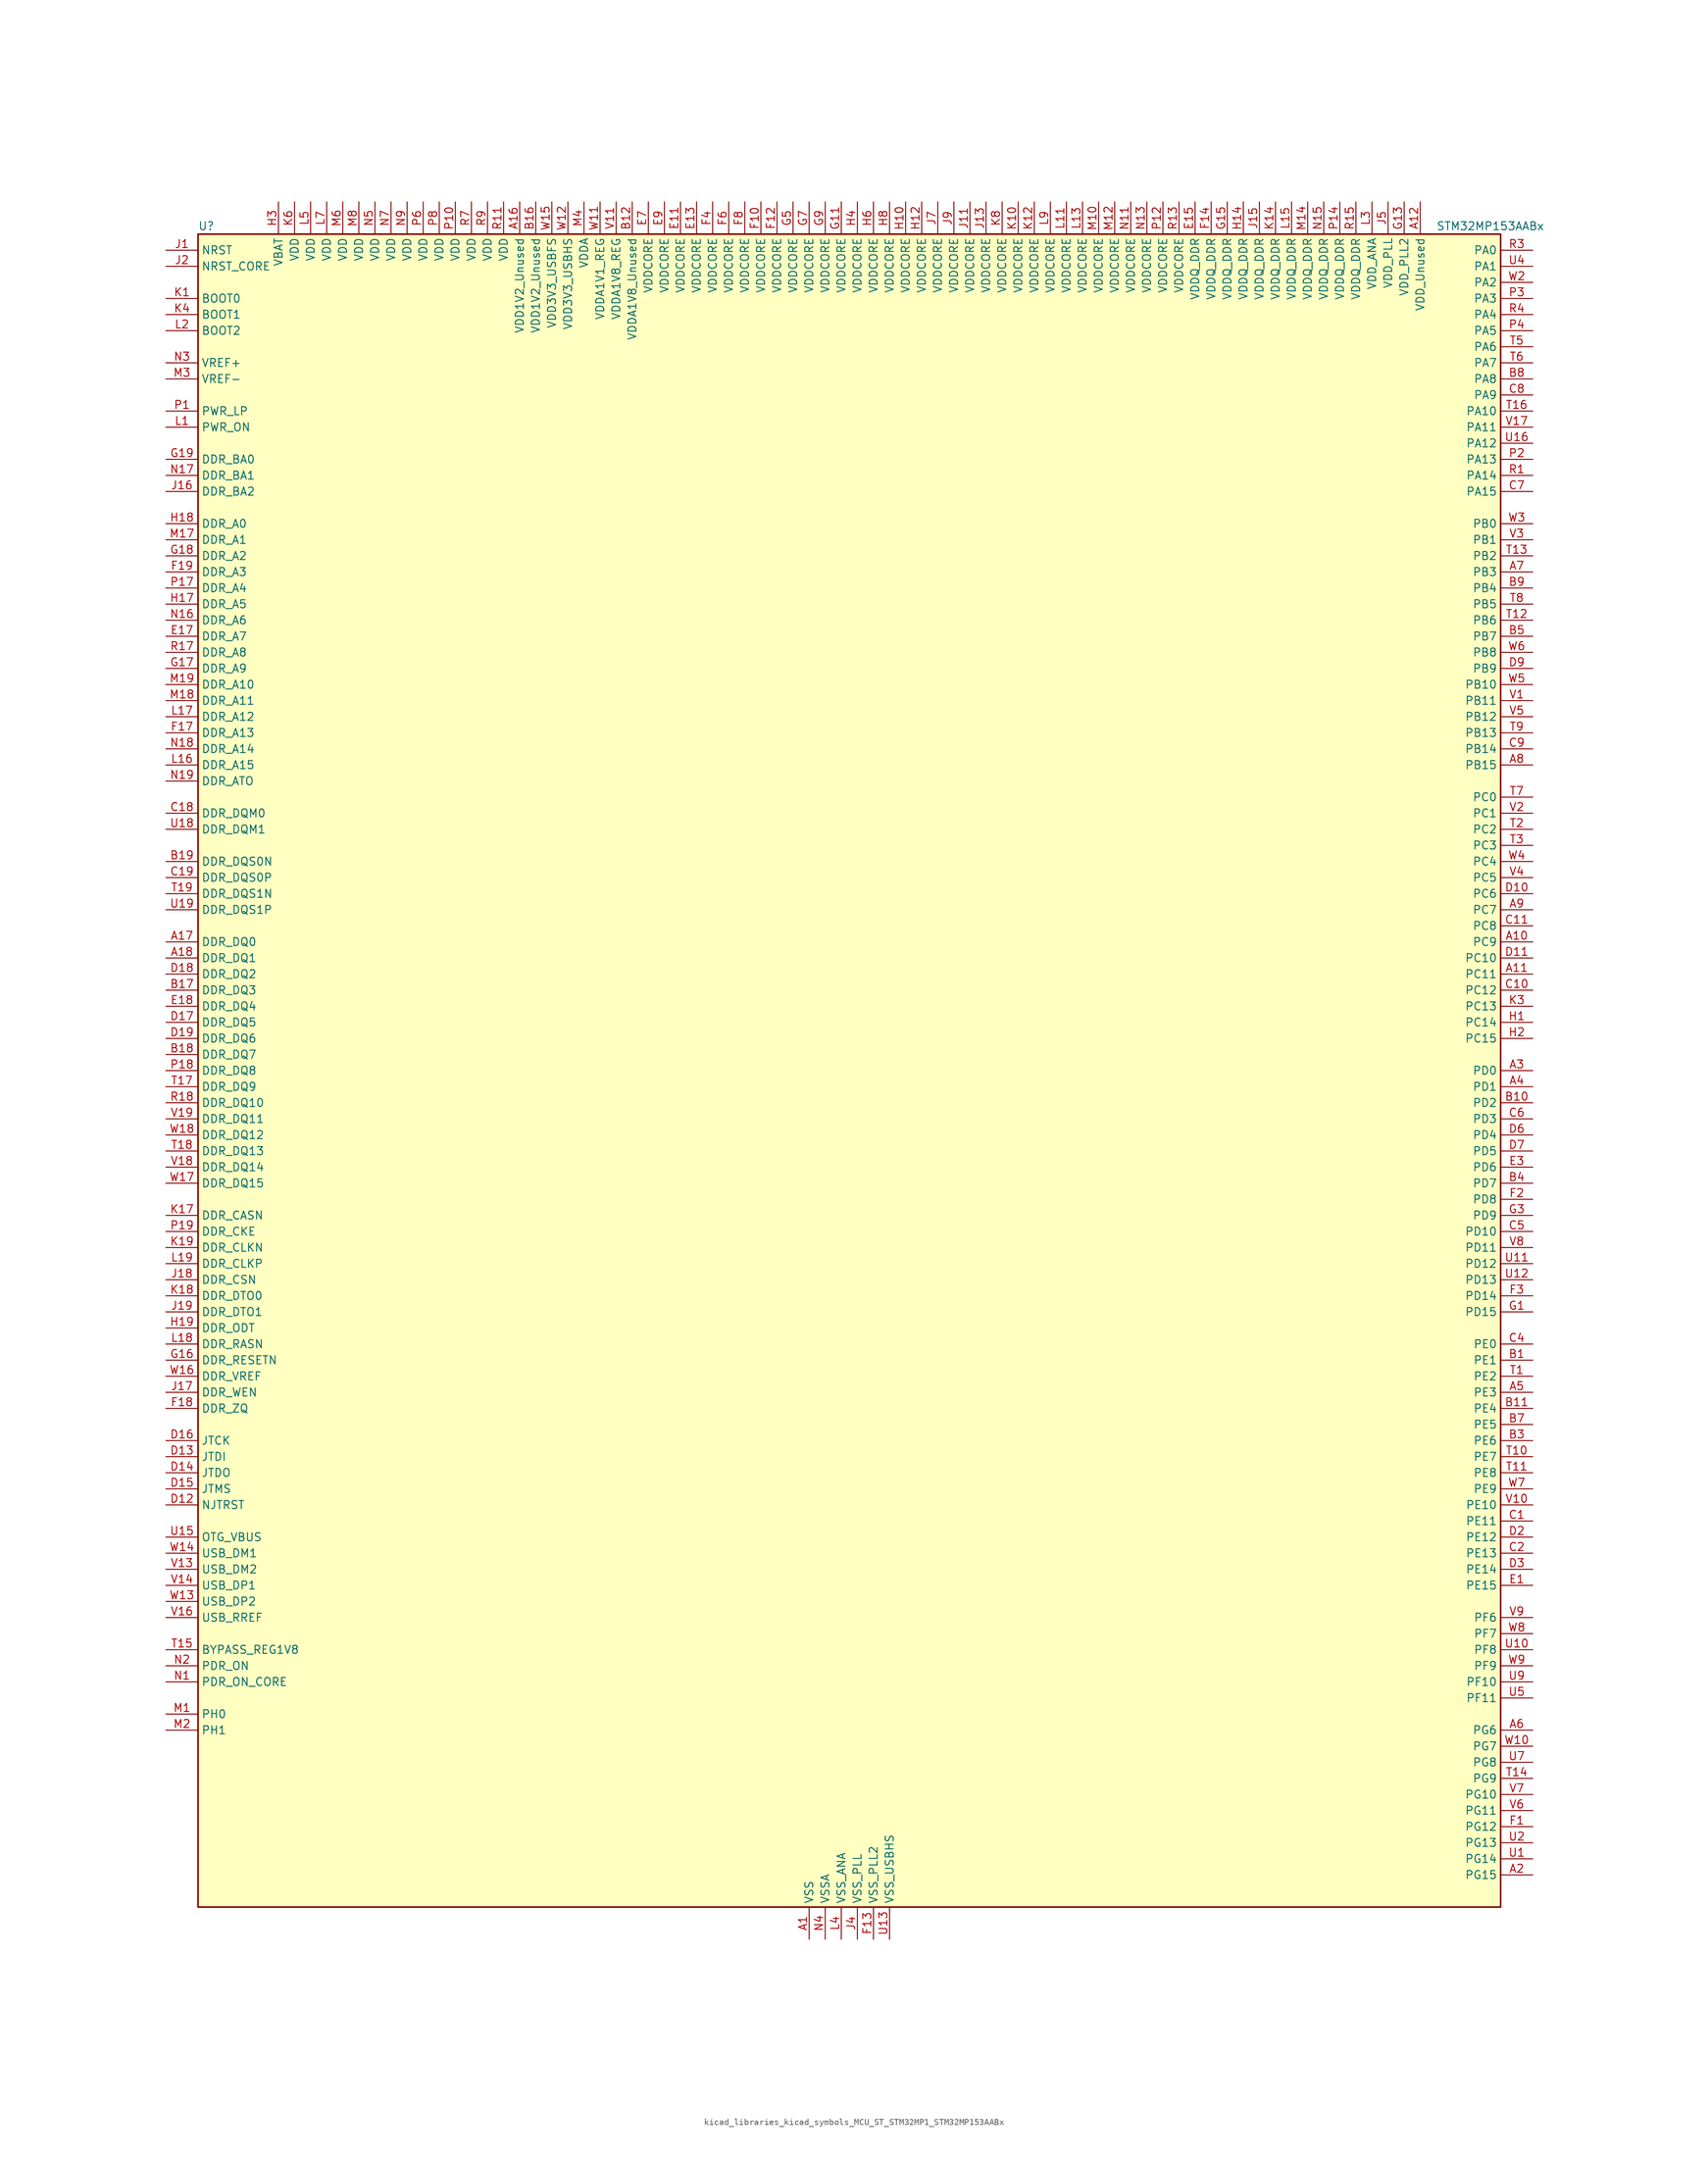
<source format=kicad_sym>
(kicad_symbol_lib
  (version 20220914)
  (generator kicad_symbol_editor)
  (symbol "kicad_libraries_kicad_symbols_MCU_ST_STM32MP1_STM32MP153AABx"
    (property "Reference" "U"
      (at -101.6 133.35 0)
      (effects (font (size 1.27 1.27)) (justify left)))
    (property "Value" "STM32MP153AABx"
      (at 93.98 133.35 0)
      (effects (font (size 1.27 1.27)) (justify left)))
    (property "ki_locked" ""
      (at 0 0 0)
      (effects (font (size 1.27 1.27))))
    (symbol "kicad_libraries_kicad_symbols_MCU_ST_STM32MP1_STM32MP153AABx_0_1"
      (rectangle (start -101.6 -132.08) (end 104.14 132.08) (stroke (width 0.254) (type default)) (fill (type background))))
    (symbol "kicad_libraries_kicad_symbols_MCU_ST_STM32MP1_STM32MP153AABx_1_1"
      (pin power_in line (at -5.08 -137.16 90) (length 5.08) (name "VSS" (effects (font (size 1.27 1.27)))) (number "A1" (effects (font (size 1.27 1.27)))))
      (pin bidirectional line (at 109.22 20.32 180) (length 5.08) (name "PC9" (effects (font (size 1.27 1.27)))) (number "A10" (effects (font (size 1.27 1.27)))) (alternate "DAC1_EXTI9" bidirectional line) (alternate "DCMI_D3" bidirectional line) (alternate "DEBUG_TRACED1" bidirectional line) (alternate "I2C3_SDA" bidirectional line) (alternate "I2S_CKIN" bidirectional line) (alternate "LTDC_B2" bidirectional line) (alternate "QUADSPI_BK1_IO0" bidirectional line) (alternate "SDMMC1_D1" bidirectional line) (alternate "TIM3_CH4" bidirectional line) (alternate "TIM8_CH4" bidirectional line) (alternate "UART5_CTS" bidirectional line))
      (pin bidirectional line (at 109.22 15.24 180) (length 5.08) (name "PC11" (effects (font (size 1.27 1.27)))) (number "A11" (effects (font (size 1.27 1.27)))) (alternate "ADC1_EXTI11" bidirectional line) (alternate "ADC2_EXTI11" bidirectional line) (alternate "DCMI_D4" bidirectional line) (alternate "DEBUG_TRACED3" bidirectional line) (alternate "DFSDM1_DATIN5" bidirectional line) (alternate "I2S3_SDI" bidirectional line) (alternate "QUADSPI_BK2_NCS" bidirectional line) (alternate "SAI4_SCK_B" bidirectional line) (alternate "SDMMC1_D3" bidirectional line) (alternate "SPI3_MISO" bidirectional line) (alternate "UART4_RX" bidirectional line) (alternate "USART3_RX" bidirectional line))
      (pin power_in line (at 91.44 137.16 270) (length 5.08) (name "VDD_Unused" (effects (font (size 1.27 1.27)))) (number "A12" (effects (font (size 1.27 1.27)))))
      (pin no_connect line (at -101.6 -132.08 0) (length 5.08) hide (name "DNU" (effects (font (size 1.27 1.27)))) (number "A13" (effects (font (size 1.27 1.27)))))
      (pin no_connect line (at -101.6 -129.54 0) (length 5.08) hide (name "DNU" (effects (font (size 1.27 1.27)))) (number "A14" (effects (font (size 1.27 1.27)))))
      (pin no_connect line (at -101.6 -127 0) (length 5.08) hide (name "DNU" (effects (font (size 1.27 1.27)))) (number "A15" (effects (font (size 1.27 1.27)))))
      (pin power_in line (at -50.8 137.16 270) (length 5.08) (name "VDD1V2_Unused" (effects (font (size 1.27 1.27)))) (number "A16" (effects (font (size 1.27 1.27)))))
      (pin bidirectional line (at -106.68 20.32 0) (length 5.08) (name "DDR_DQ0" (effects (font (size 1.27 1.27)))) (number "A17" (effects (font (size 1.27 1.27)))) (alternate "DDR_DQ0" bidirectional line))
      (pin bidirectional line (at -106.68 17.78 0) (length 5.08) (name "DDR_DQ1" (effects (font (size 1.27 1.27)))) (number "A18" (effects (font (size 1.27 1.27)))) (alternate "DDR_DQ1" bidirectional line))
      (pin passive line (at -5.08 -137.16 90) (length 5.08) hide (name "VSS" (effects (font (size 1.27 1.27)))) (number "A19" (effects (font (size 1.27 1.27)))))
      (pin bidirectional line (at 109.22 -127 180) (length 5.08) (name "PG15" (effects (font (size 1.27 1.27)))) (number "A2" (effects (font (size 1.27 1.27)))) (alternate "ADC1_EXTI15" bidirectional line) (alternate "ADC2_EXTI15" bidirectional line) (alternate "DCMI_D13" bidirectional line) (alternate "DEBUG_TRACED7" bidirectional line) (alternate "I2C2_SDA" bidirectional line) (alternate "SAI1_D2" bidirectional line) (alternate "SAI1_FS_A" bidirectional line) (alternate "SDMMC3_CK" bidirectional line) (alternate "USART6_CTS" bidirectional line) (alternate "USART6_NSS" bidirectional line))
      (pin bidirectional line (at 109.22 0 180) (length 5.08) (name "PD0" (effects (font (size 1.27 1.27)))) (number "A3" (effects (font (size 1.27 1.27)))) (alternate "DFSDM1_CKIN6" bidirectional line) (alternate "DFSDM1_DATIN7" bidirectional line) (alternate "FDCAN1_RX" bidirectional line) (alternate "FMC_D2" bidirectional line) (alternate "FMC_DA2" bidirectional line) (alternate "I2C5_SDA" bidirectional line) (alternate "I2C6_SDA" bidirectional line) (alternate "SAI3_SCK_A" bidirectional line) (alternate "SDMMC3_CMD" bidirectional line) (alternate "UART4_RX" bidirectional line))
      (pin bidirectional line (at 109.22 -2.54 180) (length 5.08) (name "PD1" (effects (font (size 1.27 1.27)))) (number "A4" (effects (font (size 1.27 1.27)))) (alternate "DFSDM1_CKIN7" bidirectional line) (alternate "DFSDM1_DATIN6" bidirectional line) (alternate "FDCAN1_TX" bidirectional line) (alternate "FMC_D3" bidirectional line) (alternate "FMC_DA3" bidirectional line) (alternate "I2C5_SCL" bidirectional line) (alternate "I2C6_SCL" bidirectional line) (alternate "SAI3_SD_A" bidirectional line) (alternate "SDMMC3_D0" bidirectional line) (alternate "UART4_TX" bidirectional line))
      (pin bidirectional line (at 109.22 -50.8 180) (length 5.08) (name "PE3" (effects (font (size 1.27 1.27)))) (number "A5" (effects (font (size 1.27 1.27)))) (alternate "DEBUG_TRACED0" bidirectional line) (alternate "FMC_A19" bidirectional line) (alternate "SAI1_SD_B" bidirectional line) (alternate "SDMMC2_CK" bidirectional line) (alternate "TIM15_BKIN" bidirectional line))
      (pin bidirectional line (at 109.22 -104.14 180) (length 5.08) (name "PG6" (effects (font (size 1.27 1.27)))) (number "A6" (effects (font (size 1.27 1.27)))) (alternate "DCMI_D12" bidirectional line) (alternate "DEBUG_TRACED14" bidirectional line) (alternate "LTDC_R7" bidirectional line) (alternate "SDMMC2_CMD" bidirectional line) (alternate "TIM17_BKIN" bidirectional line))
      (pin bidirectional line (at 109.22 78.74 180) (length 5.08) (name "PB3" (effects (font (size 1.27 1.27)))) (number "A7" (effects (font (size 1.27 1.27)))) (alternate "DEBUG_TRACED9" bidirectional line) (alternate "I2S1_CK" bidirectional line) (alternate "I2S3_CK" bidirectional line) (alternate "SAI4_CK1" bidirectional line) (alternate "SAI4_MCLK_A" bidirectional line) (alternate "SDMMC2_D2" bidirectional line) (alternate "SPI1_SCK" bidirectional line) (alternate "SPI3_SCK" bidirectional line) (alternate "SPI6_SCK" bidirectional line) (alternate "TIM2_CH2" bidirectional line) (alternate "UART7_RX" bidirectional line))
      (pin bidirectional line (at 109.22 48.26 180) (length 5.08) (name "PB15" (effects (font (size 1.27 1.27)))) (number "A8" (effects (font (size 1.27 1.27)))) (alternate "ADC1_EXTI15" bidirectional line) (alternate "ADC2_EXTI15" bidirectional line) (alternate "DFSDM1_CKIN2" bidirectional line) (alternate "I2S2_SDO" bidirectional line) (alternate "RTC_REFIN" bidirectional line) (alternate "SDMMC2_D1" bidirectional line) (alternate "SPI2_MOSI" bidirectional line) (alternate "TIM12_CH2" bidirectional line) (alternate "TIM1_CH3N" bidirectional line) (alternate "TIM8_CH3N" bidirectional line) (alternate "USART1_RX" bidirectional line))
      (pin bidirectional line (at 109.22 25.4 180) (length 5.08) (name "PC7" (effects (font (size 1.27 1.27)))) (number "A9" (effects (font (size 1.27 1.27)))) (alternate "DCMI_D1" bidirectional line) (alternate "DFSDM1_DATIN3" bidirectional line) (alternate "HDP_HDP4" bidirectional line) (alternate "I2S3_MCK" bidirectional line) (alternate "LTDC_G6" bidirectional line) (alternate "SDMMC1_D123DIR" bidirectional line) (alternate "SDMMC1_D7" bidirectional line) (alternate "SDMMC2_D123DIR" bidirectional line) (alternate "SDMMC2_D7" bidirectional line) (alternate "TIM3_CH2" bidirectional line) (alternate "TIM8_CH2" bidirectional line) (alternate "USART6_RX" bidirectional line))
      (pin bidirectional line (at 109.22 -45.72 180) (length 5.08) (name "PE1" (effects (font (size 1.27 1.27)))) (number "B1" (effects (font (size 1.27 1.27)))) (alternate "DCMI_D3" bidirectional line) (alternate "FMC_NBL1" bidirectional line) (alternate "I2S2_MCK" bidirectional line) (alternate "LPTIM1_IN2" bidirectional line) (alternate "SAI3_SD_B" bidirectional line) (alternate "UART8_TX" bidirectional line))
      (pin bidirectional line (at 109.22 -5.08 180) (length 5.08) (name "PD2" (effects (font (size 1.27 1.27)))) (number "B10" (effects (font (size 1.27 1.27)))) (alternate "DCMI_D11" bidirectional line) (alternate "I2C5_SMBA" bidirectional line) (alternate "SDMMC1_CMD" bidirectional line) (alternate "TIM3_ETR" bidirectional line) (alternate "UART4_RX" bidirectional line) (alternate "UART5_RX" bidirectional line))
      (pin bidirectional line (at 109.22 -53.34 180) (length 5.08) (name "PE4" (effects (font (size 1.27 1.27)))) (number "B11" (effects (font (size 1.27 1.27)))) (alternate "DCMI_D4" bidirectional line) (alternate "DEBUG_TRACED1" bidirectional line) (alternate "DFSDM1_DATIN3" bidirectional line) (alternate "FMC_A20" bidirectional line) (alternate "LTDC_B0" bidirectional line) (alternate "SAI1_D2" bidirectional line) (alternate "SAI1_FS_A" bidirectional line) (alternate "SDMMC1_CKIN" bidirectional line) (alternate "SDMMC1_D4" bidirectional line) (alternate "SDMMC2_CKIN" bidirectional line) (alternate "SDMMC2_D4" bidirectional line) (alternate "SPI4_NSS" bidirectional line) (alternate "TIM15_CH1N" bidirectional line))
      (pin power_in line (at -33.02 137.16 270) (length 5.08) (name "VDDA1V8_Unused" (effects (font (size 1.27 1.27)))) (number "B12" (effects (font (size 1.27 1.27)))))
      (pin no_connect line (at -101.6 -124.46 0) (length 5.08) hide (name "DNU" (effects (font (size 1.27 1.27)))) (number "B13" (effects (font (size 1.27 1.27)))))
      (pin no_connect line (at -101.6 -121.92 0) (length 5.08) hide (name "DNU" (effects (font (size 1.27 1.27)))) (number "B14" (effects (font (size 1.27 1.27)))))
      (pin no_connect line (at -101.6 -119.38 0) (length 5.08) hide (name "DNU" (effects (font (size 1.27 1.27)))) (number "B15" (effects (font (size 1.27 1.27)))))
      (pin power_in line (at -48.26 137.16 270) (length 5.08) (name "VDD1V2_Unused" (effects (font (size 1.27 1.27)))) (number "B16" (effects (font (size 1.27 1.27)))))
      (pin bidirectional line (at -106.68 12.7 0) (length 5.08) (name "DDR_DQ3" (effects (font (size 1.27 1.27)))) (number "B17" (effects (font (size 1.27 1.27)))) (alternate "DDR_DQ3" bidirectional line))
      (pin bidirectional line (at -106.68 2.54 0) (length 5.08) (name "DDR_DQ7" (effects (font (size 1.27 1.27)))) (number "B18" (effects (font (size 1.27 1.27)))) (alternate "DDR_DQ7" bidirectional line))
      (pin bidirectional line (at -106.68 33.02 0) (length 5.08) (name "DDR_DQS0N" (effects (font (size 1.27 1.27)))) (number "B19" (effects (font (size 1.27 1.27)))) (alternate "DDR_DQS0N" bidirectional line))
      (pin passive line (at -5.08 -137.16 90) (length 5.08) hide (name "VSS" (effects (font (size 1.27 1.27)))) (number "B2" (effects (font (size 1.27 1.27)))))
      (pin bidirectional line (at 109.22 -58.42 180) (length 5.08) (name "PE6" (effects (font (size 1.27 1.27)))) (number "B3" (effects (font (size 1.27 1.27)))) (alternate "DCMI_D7" bidirectional line) (alternate "DEBUG_TRACED2" bidirectional line) (alternate "FMC_A22" bidirectional line) (alternate "LTDC_G1" bidirectional line) (alternate "SAI1_D1" bidirectional line) (alternate "SAI1_SD_A" bidirectional line) (alternate "SAI2_MCLK_B" bidirectional line) (alternate "SDMMC1_D2" bidirectional line) (alternate "SDMMC2_D0" bidirectional line) (alternate "SPI4_MOSI" bidirectional line) (alternate "TIM15_CH2" bidirectional line) (alternate "TIM1_BKIN2" bidirectional line))
      (pin bidirectional line (at 109.22 -17.78 180) (length 5.08) (name "PD7" (effects (font (size 1.27 1.27)))) (number "B4" (effects (font (size 1.27 1.27)))) (alternate "DEBUG_TRACED6" bidirectional line) (alternate "DFSDM1_CKIN1" bidirectional line) (alternate "DFSDM1_DATIN4" bidirectional line) (alternate "FMC_NE1" bidirectional line) (alternate "I2C2_SCL" bidirectional line) (alternate "SDMMC3_D3" bidirectional line) (alternate "SPDIFRX_IN0" bidirectional line) (alternate "USART2_CK" bidirectional line))
      (pin bidirectional line (at 109.22 68.58 180) (length 5.08) (name "PB7" (effects (font (size 1.27 1.27)))) (number "B5" (effects (font (size 1.27 1.27)))) (alternate "DCMI_VSYNC" bidirectional line) (alternate "DFSDM1_CKIN5" bidirectional line) (alternate "FMC_NL" bidirectional line) (alternate "I2C1_SDA" bidirectional line) (alternate "I2C4_SDA" bidirectional line) (alternate "SDMMC2_D1" bidirectional line) (alternate "TIM17_CH1N" bidirectional line) (alternate "TIM4_CH2" bidirectional line) (alternate "USART1_RX" bidirectional line))
      (pin passive line (at -5.08 -137.16 90) (length 5.08) hide (name "VSS" (effects (font (size 1.27 1.27)))) (number "B6" (effects (font (size 1.27 1.27)))))
      (pin bidirectional line (at 109.22 -55.88 180) (length 5.08) (name "PE5" (effects (font (size 1.27 1.27)))) (number "B7" (effects (font (size 1.27 1.27)))) (alternate "DCMI_D6" bidirectional line) (alternate "DEBUG_TRACED3" bidirectional line) (alternate "DFSDM1_CKIN3" bidirectional line) (alternate "FMC_A21" bidirectional line) (alternate "LTDC_G0" bidirectional line) (alternate "SAI1_CK2" bidirectional line) (alternate "SAI1_SCK_A" bidirectional line) (alternate "SDMMC1_D0DIR" bidirectional line) (alternate "SDMMC1_D6" bidirectional line) (alternate "SDMMC2_D0DIR" bidirectional line) (alternate "SDMMC2_D6" bidirectional line) (alternate "SPI4_MISO" bidirectional line) (alternate "TIM15_CH1" bidirectional line))
      (pin bidirectional line (at 109.22 109.22 180) (length 5.08) (name "PA8" (effects (font (size 1.27 1.27)))) (number "B8" (effects (font (size 1.27 1.27)))) (alternate "I2C3_SCL" bidirectional line) (alternate "I2S3_SDO" bidirectional line) (alternate "LTDC_R6" bidirectional line) (alternate "RCC_MCO_1" bidirectional line) (alternate "SAI4_SD_B" bidirectional line) (alternate "SDMMC2_CKIN" bidirectional line) (alternate "SDMMC2_D4" bidirectional line) (alternate "SPI3_MOSI" bidirectional line) (alternate "TIM1_CH1" bidirectional line) (alternate "TIM8_BKIN2" bidirectional line) (alternate "UART7_RX" bidirectional line) (alternate "USART1_CK" bidirectional line) (alternate "USB_OTG_HS_SOF" bidirectional line))
      (pin bidirectional line (at 109.22 76.2 180) (length 5.08) (name "PB4" (effects (font (size 1.27 1.27)))) (number "B9" (effects (font (size 1.27 1.27)))) (alternate "DEBUG_TRACED8" bidirectional line) (alternate "I2S1_SDI" bidirectional line) (alternate "I2S2_WS" bidirectional line) (alternate "I2S3_SDI" bidirectional line) (alternate "SAI4_CK2" bidirectional line) (alternate "SAI4_SCK_A" bidirectional line) (alternate "SDMMC2_D3" bidirectional line) (alternate "SPI1_MISO" bidirectional line) (alternate "SPI2_NSS" bidirectional line) (alternate "SPI3_MISO" bidirectional line) (alternate "SPI6_MISO" bidirectional line) (alternate "TIM16_BKIN" bidirectional line) (alternate "TIM3_CH1" bidirectional line) (alternate "UART7_TX" bidirectional line))
      (pin bidirectional line (at 109.22 -71.12 180) (length 5.08) (name "PE11" (effects (font (size 1.27 1.27)))) (number "C1" (effects (font (size 1.27 1.27)))) (alternate "ADC1_EXTI11" bidirectional line) (alternate "ADC2_EXTI11" bidirectional line) (alternate "DCMI_D4" bidirectional line) (alternate "DFSDM1_CKIN4" bidirectional line) (alternate "FMC_D8" bidirectional line) (alternate "FMC_DA8" bidirectional line) (alternate "LTDC_G3" bidirectional line) (alternate "SAI2_SD_B" bidirectional line) (alternate "SPI4_NSS" bidirectional line) (alternate "TIM1_CH2" bidirectional line) (alternate "USART6_CK" bidirectional line))
      (pin bidirectional line (at 109.22 12.7 180) (length 5.08) (name "PC12" (effects (font (size 1.27 1.27)))) (number "C10" (effects (font (size 1.27 1.27)))) (alternate "DCMI_D9" bidirectional line) (alternate "DEBUG_TRACECLK" bidirectional line) (alternate "I2S3_SDO" bidirectional line) (alternate "RCC_MCO_2" bidirectional line) (alternate "SAI4_D3" bidirectional line) (alternate "SAI4_SD_B" bidirectional line) (alternate "SDMMC1_CK" bidirectional line) (alternate "SPI3_MOSI" bidirectional line) (alternate "UART5_TX" bidirectional line) (alternate "USART3_CK" bidirectional line))
      (pin bidirectional line (at 109.22 22.86 180) (length 5.08) (name "PC8" (effects (font (size 1.27 1.27)))) (number "C11" (effects (font (size 1.27 1.27)))) (alternate "DCMI_D2" bidirectional line) (alternate "DEBUG_TRACED0" bidirectional line) (alternate "SDMMC1_D0" bidirectional line) (alternate "TIM3_CH3" bidirectional line) (alternate "TIM8_CH3" bidirectional line) (alternate "UART4_TX" bidirectional line) (alternate "UART5_DE" bidirectional line) (alternate "UART5_RTS" bidirectional line) (alternate "USART6_CK" bidirectional line))
      (pin passive line (at -5.08 -137.16 90) (length 5.08) hide (name "VSS" (effects (font (size 1.27 1.27)))) (number "C12" (effects (font (size 1.27 1.27)))))
      (pin passive line (at -5.08 -137.16 90) (length 5.08) hide (name "VSS" (effects (font (size 1.27 1.27)))) (number "C13" (effects (font (size 1.27 1.27)))))
      (pin passive line (at -5.08 -137.16 90) (length 5.08) hide (name "VSS" (effects (font (size 1.27 1.27)))) (number "C14" (effects (font (size 1.27 1.27)))))
      (pin passive line (at -5.08 -137.16 90) (length 5.08) hide (name "VSS" (effects (font (size 1.27 1.27)))) (number "C15" (effects (font (size 1.27 1.27)))))
      (pin passive line (at -5.08 -137.16 90) (length 5.08) hide (name "VSS" (effects (font (size 1.27 1.27)))) (number "C16" (effects (font (size 1.27 1.27)))))
      (pin passive line (at -5.08 -137.16 90) (length 5.08) hide (name "VSS" (effects (font (size 1.27 1.27)))) (number "C17" (effects (font (size 1.27 1.27)))))
      (pin bidirectional line (at -106.68 40.64 0) (length 5.08) (name "DDR_DQM0" (effects (font (size 1.27 1.27)))) (number "C18" (effects (font (size 1.27 1.27)))) (alternate "DDR_DQM0" bidirectional line))
      (pin bidirectional line (at -106.68 30.48 0) (length 5.08) (name "DDR_DQS0P" (effects (font (size 1.27 1.27)))) (number "C19" (effects (font (size 1.27 1.27)))) (alternate "DDR_DQS0P" bidirectional line))
      (pin bidirectional line (at 109.22 -76.2 180) (length 5.08) (name "PE13" (effects (font (size 1.27 1.27)))) (number "C2" (effects (font (size 1.27 1.27)))) (alternate "DCMI_D6" bidirectional line) (alternate "DFSDM1_CKIN5" bidirectional line) (alternate "FMC_D10" bidirectional line) (alternate "FMC_DA10" bidirectional line) (alternate "HDP_HDP2" bidirectional line) (alternate "LTDC_DE" bidirectional line) (alternate "SAI2_FS_B" bidirectional line) (alternate "SPI4_MISO" bidirectional line) (alternate "TIM1_CH3" bidirectional line))
      (pin passive line (at -5.08 -137.16 90) (length 5.08) hide (name "VSS" (effects (font (size 1.27 1.27)))) (number "C3" (effects (font (size 1.27 1.27)))))
      (pin bidirectional line (at 109.22 -43.18 180) (length 5.08) (name "PE0" (effects (font (size 1.27 1.27)))) (number "C4" (effects (font (size 1.27 1.27)))) (alternate "DCMI_D2" bidirectional line) (alternate "FMC_NBL0" bidirectional line) (alternate "I2S3_CK" bidirectional line) (alternate "LPTIM1_ETR" bidirectional line) (alternate "LPTIM2_ETR" bidirectional line) (alternate "SAI2_MCLK_A" bidirectional line) (alternate "SAI4_MCLK_B" bidirectional line) (alternate "SPI3_SCK" bidirectional line) (alternate "TIM4_ETR" bidirectional line) (alternate "UART8_RX" bidirectional line))
      (pin bidirectional line (at 109.22 -25.4 180) (length 5.08) (name "PD10" (effects (font (size 1.27 1.27)))) (number "C5" (effects (font (size 1.27 1.27)))) (alternate "DFSDM1_CKOUT" bidirectional line) (alternate "FMC_D15" bidirectional line) (alternate "FMC_DA15" bidirectional line) (alternate "I2C5_SMBA" bidirectional line) (alternate "I2S3_SDI" bidirectional line) (alternate "LTDC_B3" bidirectional line) (alternate "RTC_REFIN" bidirectional line) (alternate "SAI3_FS_B" bidirectional line) (alternate "SPI3_MISO" bidirectional line) (alternate "TIM16_BKIN" bidirectional line) (alternate "USART3_CK" bidirectional line))
      (pin bidirectional line (at 109.22 -7.62 180) (length 5.08) (name "PD3" (effects (font (size 1.27 1.27)))) (number "C6" (effects (font (size 1.27 1.27)))) (alternate "DCMI_D5" bidirectional line) (alternate "DFSDM1_CKOUT" bidirectional line) (alternate "DFSDM1_DATIN0" bidirectional line) (alternate "FMC_CLK" bidirectional line) (alternate "HDP_HDP5" bidirectional line) (alternate "I2S2_CK" bidirectional line) (alternate "LTDC_G7" bidirectional line) (alternate "SDMMC1_D123DIR" bidirectional line) (alternate "SDMMC1_D7" bidirectional line) (alternate "SDMMC2_D123DIR" bidirectional line) (alternate "SDMMC2_D7" bidirectional line) (alternate "SPI2_SCK" bidirectional line) (alternate "USART2_CTS" bidirectional line) (alternate "USART2_NSS" bidirectional line))
      (pin bidirectional line (at 109.22 91.44 180) (length 5.08) (name "PA15" (effects (font (size 1.27 1.27)))) (number "C7" (effects (font (size 1.27 1.27)))) (alternate "ADC1_EXTI15" bidirectional line) (alternate "ADC2_EXTI15" bidirectional line) (alternate "CEC" bidirectional line) (alternate "DEBUG_DBTRGI" bidirectional line) (alternate "I2S1_WS" bidirectional line) (alternate "I2S3_WS" bidirectional line) (alternate "LTDC_R1" bidirectional line) (alternate "SAI4_D2" bidirectional line) (alternate "SAI4_FS_A" bidirectional line) (alternate "SDMMC1_CDIR" bidirectional line) (alternate "SDMMC1_D5" bidirectional line) (alternate "SDMMC2_CDIR" bidirectional line) (alternate "SDMMC2_D5" bidirectional line) (alternate "SPI1_NSS" bidirectional line) (alternate "SPI3_NSS" bidirectional line) (alternate "SPI6_NSS" bidirectional line) (alternate "TIM2_CH1" bidirectional line) (alternate "TIM2_ETR" bidirectional line) (alternate "UART4_DE" bidirectional line) (alternate "UART4_RTS" bidirectional line) (alternate "UART7_TX" bidirectional line))
      (pin bidirectional line (at 109.22 106.68 180) (length 5.08) (name "PA9" (effects (font (size 1.27 1.27)))) (number "C8" (effects (font (size 1.27 1.27)))) (alternate "DAC1_EXTI9" bidirectional line) (alternate "DCMI_D0" bidirectional line) (alternate "I2C3_SMBA" bidirectional line) (alternate "I2S2_CK" bidirectional line) (alternate "LTDC_R5" bidirectional line) (alternate "SDMMC2_CDIR" bidirectional line) (alternate "SDMMC2_D5" bidirectional line) (alternate "SPI2_SCK" bidirectional line) (alternate "TIM1_CH2" bidirectional line) (alternate "USART1_TX" bidirectional line))
      (pin bidirectional line (at 109.22 50.8 180) (length 5.08) (name "PB14" (effects (font (size 1.27 1.27)))) (number "C9" (effects (font (size 1.27 1.27)))) (alternate "DFSDM1_DATIN2" bidirectional line) (alternate "I2S2_SDI" bidirectional line) (alternate "SDMMC2_D0" bidirectional line) (alternate "SPI2_MISO" bidirectional line) (alternate "TIM12_CH1" bidirectional line) (alternate "TIM1_CH2N" bidirectional line) (alternate "TIM8_CH2N" bidirectional line) (alternate "USART1_TX" bidirectional line) (alternate "USART3_DE" bidirectional line) (alternate "USART3_RTS" bidirectional line))
      (pin passive line (at -5.08 -137.16 90) (length 5.08) hide (name "VSS" (effects (font (size 1.27 1.27)))) (number "D1" (effects (font (size 1.27 1.27)))))
      (pin bidirectional line (at 109.22 27.94 180) (length 5.08) (name "PC6" (effects (font (size 1.27 1.27)))) (number "D10" (effects (font (size 1.27 1.27)))) (alternate "DCMI_D0" bidirectional line) (alternate "DFSDM1_CKIN3" bidirectional line) (alternate "HDP_HDP1" bidirectional line) (alternate "I2S2_MCK" bidirectional line) (alternate "LTDC_HSYNC" bidirectional line) (alternate "SDMMC1_D0DIR" bidirectional line) (alternate "SDMMC1_D6" bidirectional line) (alternate "SDMMC2_D0DIR" bidirectional line) (alternate "SDMMC2_D6" bidirectional line) (alternate "TIM3_CH1" bidirectional line) (alternate "TIM8_CH1" bidirectional line) (alternate "USART6_TX" bidirectional line))
      (pin bidirectional line (at 109.22 17.78 180) (length 5.08) (name "PC10" (effects (font (size 1.27 1.27)))) (number "D11" (effects (font (size 1.27 1.27)))) (alternate "DCMI_D8" bidirectional line) (alternate "DEBUG_TRACED2" bidirectional line) (alternate "DFSDM1_CKIN5" bidirectional line) (alternate "I2S3_CK" bidirectional line) (alternate "LTDC_R2" bidirectional line) (alternate "QUADSPI_BK1_IO1" bidirectional line) (alternate "SAI4_MCLK_B" bidirectional line) (alternate "SDMMC1_D2" bidirectional line) (alternate "SPI3_SCK" bidirectional line) (alternate "UART4_TX" bidirectional line) (alternate "USART3_TX" bidirectional line))
      (pin bidirectional line (at -106.68 -68.58 0) (length 5.08) (name "NJTRST" (effects (font (size 1.27 1.27)))) (number "D12" (effects (font (size 1.27 1.27)))) (alternate "DEBUG_JTRST" bidirectional line))
      (pin bidirectional line (at -106.68 -60.96 0) (length 5.08) (name "JTDI" (effects (font (size 1.27 1.27)))) (number "D13" (effects (font (size 1.27 1.27)))) (alternate "DEBUG_JTDI" bidirectional line))
      (pin bidirectional line (at -106.68 -63.5 0) (length 5.08) (name "JTDO" (effects (font (size 1.27 1.27)))) (number "D14" (effects (font (size 1.27 1.27)))) (alternate "DEBUG_JTDO-SWO" bidirectional line))
      (pin bidirectional line (at -106.68 -66.04 0) (length 5.08) (name "JTMS" (effects (font (size 1.27 1.27)))) (number "D15" (effects (font (size 1.27 1.27)))) (alternate "DEBUG_JTMS-SWDIO" bidirectional line))
      (pin bidirectional line (at -106.68 -58.42 0) (length 5.08) (name "JTCK" (effects (font (size 1.27 1.27)))) (number "D16" (effects (font (size 1.27 1.27)))) (alternate "DEBUG_JTCK-SWCLK" bidirectional line))
      (pin bidirectional line (at -106.68 7.62 0) (length 5.08) (name "DDR_DQ5" (effects (font (size 1.27 1.27)))) (number "D17" (effects (font (size 1.27 1.27)))) (alternate "DDR_DQ5" bidirectional line))
      (pin bidirectional line (at -106.68 15.24 0) (length 5.08) (name "DDR_DQ2" (effects (font (size 1.27 1.27)))) (number "D18" (effects (font (size 1.27 1.27)))) (alternate "DDR_DQ2" bidirectional line))
      (pin bidirectional line (at -106.68 5.08 0) (length 5.08) (name "DDR_DQ6" (effects (font (size 1.27 1.27)))) (number "D19" (effects (font (size 1.27 1.27)))) (alternate "DDR_DQ6" bidirectional line))
      (pin bidirectional line (at 109.22 -73.66 180) (length 5.08) (name "PE12" (effects (font (size 1.27 1.27)))) (number "D2" (effects (font (size 1.27 1.27)))) (alternate "DFSDM1_DATIN5" bidirectional line) (alternate "FMC_D9" bidirectional line) (alternate "FMC_DA9" bidirectional line) (alternate "LTDC_B4" bidirectional line) (alternate "SAI2_SCK_B" bidirectional line) (alternate "SDMMC1_D0DIR" bidirectional line) (alternate "SPI4_SCK" bidirectional line) (alternate "TIM1_CH3N" bidirectional line))
      (pin bidirectional line (at 109.22 -78.74 180) (length 5.08) (name "PE14" (effects (font (size 1.27 1.27)))) (number "D3" (effects (font (size 1.27 1.27)))) (alternate "FMC_D11" bidirectional line) (alternate "FMC_DA11" bidirectional line) (alternate "LTDC_CLK" bidirectional line) (alternate "LTDC_G0" bidirectional line) (alternate "SAI2_MCLK_B" bidirectional line) (alternate "SDMMC1_D123DIR" bidirectional line) (alternate "SPI4_MOSI" bidirectional line) (alternate "TIM1_CH4" bidirectional line) (alternate "UART8_DE" bidirectional line) (alternate "UART8_RTS" bidirectional line))
      (pin passive line (at -5.08 -137.16 90) (length 5.08) hide (name "VSS" (effects (font (size 1.27 1.27)))) (number "D4" (effects (font (size 1.27 1.27)))))
      (pin passive line (at -5.08 -137.16 90) (length 5.08) hide (name "VSS" (effects (font (size 1.27 1.27)))) (number "D5" (effects (font (size 1.27 1.27)))))
      (pin bidirectional line (at 109.22 -10.16 180) (length 5.08) (name "PD4" (effects (font (size 1.27 1.27)))) (number "D6" (effects (font (size 1.27 1.27)))) (alternate "DFSDM1_CKIN0" bidirectional line) (alternate "FMC_NOE" bidirectional line) (alternate "SAI3_FS_A" bidirectional line) (alternate "SDMMC3_D1" bidirectional line) (alternate "USART2_DE" bidirectional line) (alternate "USART2_RTS" bidirectional line))
      (pin bidirectional line (at 109.22 -12.7 180) (length 5.08) (name "PD5" (effects (font (size 1.27 1.27)))) (number "D7" (effects (font (size 1.27 1.27)))) (alternate "FMC_NWE" bidirectional line) (alternate "SDMMC3_D2" bidirectional line) (alternate "USART2_TX" bidirectional line))
      (pin passive line (at -5.08 -137.16 90) (length 5.08) hide (name "VSS" (effects (font (size 1.27 1.27)))) (number "D8" (effects (font (size 1.27 1.27)))))
      (pin bidirectional line (at 109.22 63.5 180) (length 5.08) (name "PB9" (effects (font (size 1.27 1.27)))) (number "D9" (effects (font (size 1.27 1.27)))) (alternate "DAC1_EXTI9" bidirectional line) (alternate "DCMI_D7" bidirectional line) (alternate "DFSDM1_DATIN7" bidirectional line) (alternate "FDCAN1_TX" bidirectional line) (alternate "HDP_HDP7" bidirectional line) (alternate "I2C1_SDA" bidirectional line) (alternate "I2C4_SDA" bidirectional line) (alternate "I2S2_WS" bidirectional line) (alternate "LTDC_B7" bidirectional line) (alternate "SDMMC1_CDIR" bidirectional line) (alternate "SDMMC1_D5" bidirectional line) (alternate "SDMMC2_CDIR" bidirectional line) (alternate "SDMMC2_D5" bidirectional line) (alternate "SPI2_NSS" bidirectional line) (alternate "TIM17_CH1" bidirectional line) (alternate "TIM4_CH4" bidirectional line) (alternate "UART4_TX" bidirectional line))
      (pin bidirectional line (at 109.22 -81.28 180) (length 5.08) (name "PE15" (effects (font (size 1.27 1.27)))) (number "E1" (effects (font (size 1.27 1.27)))) (alternate "ADC1_EXTI15" bidirectional line) (alternate "ADC2_EXTI15" bidirectional line) (alternate "FMC_D12" bidirectional line) (alternate "FMC_DA12" bidirectional line) (alternate "FMC_NCE2" bidirectional line) (alternate "HDP_HDP3" bidirectional line) (alternate "LTDC_R7" bidirectional line) (alternate "TIM15_BKIN" bidirectional line) (alternate "TIM1_BKIN" bidirectional line) (alternate "UART8_CTS" bidirectional line) (alternate "USART2_CTS" bidirectional line) (alternate "USART2_NSS" bidirectional line))
      (pin passive line (at -5.08 -137.16 90) (length 5.08) hide (name "VSS" (effects (font (size 1.27 1.27)))) (number "E10" (effects (font (size 1.27 1.27)))))
      (pin power_in line (at -25.4 137.16 270) (length 5.08) (name "VDDCORE" (effects (font (size 1.27 1.27)))) (number "E11" (effects (font (size 1.27 1.27)))))
      (pin passive line (at -5.08 -137.16 90) (length 5.08) hide (name "VSS" (effects (font (size 1.27 1.27)))) (number "E12" (effects (font (size 1.27 1.27)))))
      (pin power_in line (at -22.86 137.16 270) (length 5.08) (name "VDDCORE" (effects (font (size 1.27 1.27)))) (number "E13" (effects (font (size 1.27 1.27)))))
      (pin passive line (at -5.08 -137.16 90) (length 5.08) hide (name "VSS" (effects (font (size 1.27 1.27)))) (number "E14" (effects (font (size 1.27 1.27)))))
      (pin power_in line (at 55.88 137.16 270) (length 5.08) (name "VDDQ_DDR" (effects (font (size 1.27 1.27)))) (number "E15" (effects (font (size 1.27 1.27)))))
      (pin passive line (at -5.08 -137.16 90) (length 5.08) hide (name "VSS" (effects (font (size 1.27 1.27)))) (number "E16" (effects (font (size 1.27 1.27)))))
      (pin bidirectional line (at -106.68 68.58 0) (length 5.08) (name "DDR_A7" (effects (font (size 1.27 1.27)))) (number "E17" (effects (font (size 1.27 1.27)))) (alternate "DDR_A7" bidirectional line))
      (pin bidirectional line (at -106.68 10.16 0) (length 5.08) (name "DDR_DQ4" (effects (font (size 1.27 1.27)))) (number "E18" (effects (font (size 1.27 1.27)))) (alternate "DDR_DQ4" bidirectional line))
      (pin passive line (at -5.08 -137.16 90) (length 5.08) hide (name "VSS" (effects (font (size 1.27 1.27)))) (number "E2" (effects (font (size 1.27 1.27)))))
      (pin bidirectional line (at 109.22 -15.24 180) (length 5.08) (name "PD6" (effects (font (size 1.27 1.27)))) (number "E3" (effects (font (size 1.27 1.27)))) (alternate "DCMI_D10" bidirectional line) (alternate "DFSDM1_CKIN4" bidirectional line) (alternate "DFSDM1_DATIN1" bidirectional line) (alternate "FMC_NWAIT" bidirectional line) (alternate "I2S3_SDO" bidirectional line) (alternate "LTDC_B2" bidirectional line) (alternate "SAI1_D1" bidirectional line) (alternate "SAI1_SD_A" bidirectional line) (alternate "SPI3_MOSI" bidirectional line) (alternate "TIM16_CH1N" bidirectional line) (alternate "USART2_RX" bidirectional line))
      (pin passive line (at -5.08 -137.16 90) (length 5.08) hide (name "VSS" (effects (font (size 1.27 1.27)))) (number "E4" (effects (font (size 1.27 1.27)))))
      (pin passive line (at -5.08 -137.16 90) (length 5.08) hide (name "VSS" (effects (font (size 1.27 1.27)))) (number "E5" (effects (font (size 1.27 1.27)))))
      (pin passive line (at -5.08 -137.16 90) (length 5.08) hide (name "VSS" (effects (font (size 1.27 1.27)))) (number "E6" (effects (font (size 1.27 1.27)))))
      (pin power_in line (at -30.48 137.16 270) (length 5.08) (name "VDDCORE" (effects (font (size 1.27 1.27)))) (number "E7" (effects (font (size 1.27 1.27)))))
      (pin passive line (at -5.08 -137.16 90) (length 5.08) hide (name "VSS" (effects (font (size 1.27 1.27)))) (number "E8" (effects (font (size 1.27 1.27)))))
      (pin power_in line (at -27.94 137.16 270) (length 5.08) (name "VDDCORE" (effects (font (size 1.27 1.27)))) (number "E9" (effects (font (size 1.27 1.27)))))
      (pin bidirectional line (at 109.22 -119.38 180) (length 5.08) (name "PG12" (effects (font (size 1.27 1.27)))) (number "F1" (effects (font (size 1.27 1.27)))) (alternate "ETH1_PHY_INTN" bidirectional line) (alternate "FMC_NE4" bidirectional line) (alternate "LPTIM1_IN1" bidirectional line) (alternate "LTDC_B1" bidirectional line) (alternate "LTDC_B4" bidirectional line) (alternate "SAI4_CK2" bidirectional line) (alternate "SAI4_SCK_A" bidirectional line) (alternate "SPDIFRX_IN1" bidirectional line) (alternate "SPI6_MISO" bidirectional line) (alternate "USART6_DE" bidirectional line) (alternate "USART6_RTS" bidirectional line))
      (pin power_in line (at -12.7 137.16 270) (length 5.08) (name "VDDCORE" (effects (font (size 1.27 1.27)))) (number "F10" (effects (font (size 1.27 1.27)))))
      (pin passive line (at -5.08 -137.16 90) (length 5.08) hide (name "VSS" (effects (font (size 1.27 1.27)))) (number "F11" (effects (font (size 1.27 1.27)))))
      (pin power_in line (at -10.16 137.16 270) (length 5.08) (name "VDDCORE" (effects (font (size 1.27 1.27)))) (number "F12" (effects (font (size 1.27 1.27)))))
      (pin power_in line (at 5.08 -137.16 90) (length 5.08) (name "VSS_PLL2" (effects (font (size 1.27 1.27)))) (number "F13" (effects (font (size 1.27 1.27)))))
      (pin power_in line (at 58.42 137.16 270) (length 5.08) (name "VDDQ_DDR" (effects (font (size 1.27 1.27)))) (number "F14" (effects (font (size 1.27 1.27)))))
      (pin passive line (at -5.08 -137.16 90) (length 5.08) hide (name "VSS" (effects (font (size 1.27 1.27)))) (number "F15" (effects (font (size 1.27 1.27)))))
      (pin bidirectional line (at -106.68 53.34 0) (length 5.08) (name "DDR_A13" (effects (font (size 1.27 1.27)))) (number "F17" (effects (font (size 1.27 1.27)))) (alternate "DDR_A13" bidirectional line))
      (pin bidirectional line (at -106.68 -53.34 0) (length 5.08) (name "DDR_ZQ" (effects (font (size 1.27 1.27)))) (number "F18" (effects (font (size 1.27 1.27)))) (alternate "DDR_ZQ" bidirectional line))
      (pin bidirectional line (at -106.68 78.74 0) (length 5.08) (name "DDR_A3" (effects (font (size 1.27 1.27)))) (number "F19" (effects (font (size 1.27 1.27)))) (alternate "DDR_A3" bidirectional line))
      (pin bidirectional line (at 109.22 -20.32 180) (length 5.08) (name "PD8" (effects (font (size 1.27 1.27)))) (number "F2" (effects (font (size 1.27 1.27)))) (alternate "DFSDM1_CKIN3" bidirectional line) (alternate "FMC_D13" bidirectional line) (alternate "FMC_DA13" bidirectional line) (alternate "LTDC_B7" bidirectional line) (alternate "SAI3_SCK_B" bidirectional line) (alternate "SPDIFRX_IN1" bidirectional line) (alternate "USART3_TX" bidirectional line))
      (pin bidirectional line (at 109.22 -35.56 180) (length 5.08) (name "PD14" (effects (font (size 1.27 1.27)))) (number "F3" (effects (font (size 1.27 1.27)))) (alternate "FMC_D0" bidirectional line) (alternate "FMC_DA0" bidirectional line) (alternate "SAI3_MCLK_B" bidirectional line) (alternate "TIM4_CH3" bidirectional line) (alternate "UART8_CTS" bidirectional line))
      (pin power_in line (at -20.32 137.16 270) (length 5.08) (name "VDDCORE" (effects (font (size 1.27 1.27)))) (number "F4" (effects (font (size 1.27 1.27)))))
      (pin passive line (at -5.08 -137.16 90) (length 5.08) hide (name "VSS" (effects (font (size 1.27 1.27)))) (number "F5" (effects (font (size 1.27 1.27)))))
      (pin power_in line (at -17.78 137.16 270) (length 5.08) (name "VDDCORE" (effects (font (size 1.27 1.27)))) (number "F6" (effects (font (size 1.27 1.27)))))
      (pin passive line (at -5.08 -137.16 90) (length 5.08) hide (name "VSS" (effects (font (size 1.27 1.27)))) (number "F7" (effects (font (size 1.27 1.27)))))
      (pin power_in line (at -15.24 137.16 270) (length 5.08) (name "VDDCORE" (effects (font (size 1.27 1.27)))) (number "F8" (effects (font (size 1.27 1.27)))))
      (pin passive line (at -5.08 -137.16 90) (length 5.08) hide (name "VSS" (effects (font (size 1.27 1.27)))) (number "F9" (effects (font (size 1.27 1.27)))))
      (pin bidirectional line (at 109.22 -38.1 180) (length 5.08) (name "PD15" (effects (font (size 1.27 1.27)))) (number "G1" (effects (font (size 1.27 1.27)))) (alternate "ADC1_EXTI15" bidirectional line) (alternate "ADC2_EXTI15" bidirectional line) (alternate "FMC_D1" bidirectional line) (alternate "FMC_DA1" bidirectional line) (alternate "LTDC_R1" bidirectional line) (alternate "SAI3_MCLK_A" bidirectional line) (alternate "TIM4_CH4" bidirectional line) (alternate "UART8_CTS" bidirectional line))
      (pin passive line (at -5.08 -137.16 90) (length 5.08) hide (name "VSS" (effects (font (size 1.27 1.27)))) (number "G10" (effects (font (size 1.27 1.27)))))
      (pin power_in line (at 0 137.16 270) (length 5.08) (name "VDDCORE" (effects (font (size 1.27 1.27)))) (number "G11" (effects (font (size 1.27 1.27)))))
      (pin passive line (at -5.08 -137.16 90) (length 5.08) hide (name "VSS" (effects (font (size 1.27 1.27)))) (number "G12" (effects (font (size 1.27 1.27)))))
      (pin power_in line (at 88.9 137.16 270) (length 5.08) (name "VDD_PLL2" (effects (font (size 1.27 1.27)))) (number "G13" (effects (font (size 1.27 1.27)))))
      (pin passive line (at -5.08 -137.16 90) (length 5.08) hide (name "VSS" (effects (font (size 1.27 1.27)))) (number "G14" (effects (font (size 1.27 1.27)))))
      (pin power_in line (at 60.96 137.16 270) (length 5.08) (name "VDDQ_DDR" (effects (font (size 1.27 1.27)))) (number "G15" (effects (font (size 1.27 1.27)))))
      (pin bidirectional line (at -106.68 -45.72 0) (length 5.08) (name "DDR_RESETN" (effects (font (size 1.27 1.27)))) (number "G16" (effects (font (size 1.27 1.27)))) (alternate "DDR_RESETN" bidirectional line))
      (pin bidirectional line (at -106.68 63.5 0) (length 5.08) (name "DDR_A9" (effects (font (size 1.27 1.27)))) (number "G17" (effects (font (size 1.27 1.27)))) (alternate "DDR_A9" bidirectional line))
      (pin bidirectional line (at -106.68 81.28 0) (length 5.08) (name "DDR_A2" (effects (font (size 1.27 1.27)))) (number "G18" (effects (font (size 1.27 1.27)))) (alternate "DDR_A2" bidirectional line))
      (pin bidirectional line (at -106.68 96.52 0) (length 5.08) (name "DDR_BA0" (effects (font (size 1.27 1.27)))) (number "G19" (effects (font (size 1.27 1.27)))) (alternate "DDR_BA0" bidirectional line))
      (pin passive line (at -5.08 -137.16 90) (length 5.08) hide (name "VSS" (effects (font (size 1.27 1.27)))) (number "G2" (effects (font (size 1.27 1.27)))))
      (pin bidirectional line (at 109.22 -22.86 180) (length 5.08) (name "PD9" (effects (font (size 1.27 1.27)))) (number "G3" (effects (font (size 1.27 1.27)))) (alternate "DAC1_EXTI9" bidirectional line) (alternate "DCMI_HSYNC" bidirectional line) (alternate "DFSDM1_DATIN3" bidirectional line) (alternate "FMC_D14" bidirectional line) (alternate "FMC_DA14" bidirectional line) (alternate "LTDC_B0" bidirectional line) (alternate "SAI3_SD_B" bidirectional line) (alternate "USART3_RX" bidirectional line))
      (pin passive line (at -5.08 -137.16 90) (length 5.08) hide (name "VSS" (effects (font (size 1.27 1.27)))) (number "G4" (effects (font (size 1.27 1.27)))))
      (pin power_in line (at -7.62 137.16 270) (length 5.08) (name "VDDCORE" (effects (font (size 1.27 1.27)))) (number "G5" (effects (font (size 1.27 1.27)))))
      (pin passive line (at -5.08 -137.16 90) (length 5.08) hide (name "VSS" (effects (font (size 1.27 1.27)))) (number "G6" (effects (font (size 1.27 1.27)))))
      (pin power_in line (at -5.08 137.16 270) (length 5.08) (name "VDDCORE" (effects (font (size 1.27 1.27)))) (number "G7" (effects (font (size 1.27 1.27)))))
      (pin passive line (at -5.08 -137.16 90) (length 5.08) hide (name "VSS" (effects (font (size 1.27 1.27)))) (number "G8" (effects (font (size 1.27 1.27)))))
      (pin power_in line (at -2.54 137.16 270) (length 5.08) (name "VDDCORE" (effects (font (size 1.27 1.27)))) (number "G9" (effects (font (size 1.27 1.27)))))
      (pin bidirectional line (at 109.22 7.62 180) (length 5.08) (name "PC14" (effects (font (size 1.27 1.27)))) (number "H1" (effects (font (size 1.27 1.27)))) (alternate "RCC_OSC32_IN" bidirectional line))
      (pin power_in line (at 10.16 137.16 270) (length 5.08) (name "VDDCORE" (effects (font (size 1.27 1.27)))) (number "H10" (effects (font (size 1.27 1.27)))))
      (pin passive line (at -5.08 -137.16 90) (length 5.08) hide (name "VSS" (effects (font (size 1.27 1.27)))) (number "H11" (effects (font (size 1.27 1.27)))))
      (pin power_in line (at 12.7 137.16 270) (length 5.08) (name "VDDCORE" (effects (font (size 1.27 1.27)))) (number "H12" (effects (font (size 1.27 1.27)))))
      (pin passive line (at -5.08 -137.16 90) (length 5.08) hide (name "VSS" (effects (font (size 1.27 1.27)))) (number "H13" (effects (font (size 1.27 1.27)))))
      (pin power_in line (at 63.5 137.16 270) (length 5.08) (name "VDDQ_DDR" (effects (font (size 1.27 1.27)))) (number "H14" (effects (font (size 1.27 1.27)))))
      (pin passive line (at -5.08 -137.16 90) (length 5.08) hide (name "VSS" (effects (font (size 1.27 1.27)))) (number "H15" (effects (font (size 1.27 1.27)))))
      (pin bidirectional line (at -106.68 73.66 0) (length 5.08) (name "DDR_A5" (effects (font (size 1.27 1.27)))) (number "H17" (effects (font (size 1.27 1.27)))) (alternate "DDR_A5" bidirectional line))
      (pin bidirectional line (at -106.68 86.36 0) (length 5.08) (name "DDR_A0" (effects (font (size 1.27 1.27)))) (number "H18" (effects (font (size 1.27 1.27)))) (alternate "DDR_A0" bidirectional line))
      (pin bidirectional line (at -106.68 -40.64 0) (length 5.08) (name "DDR_ODT" (effects (font (size 1.27 1.27)))) (number "H19" (effects (font (size 1.27 1.27)))) (alternate "DDR_ODT" bidirectional line))
      (pin bidirectional line (at 109.22 5.08 180) (length 5.08) (name "PC15" (effects (font (size 1.27 1.27)))) (number "H2" (effects (font (size 1.27 1.27)))) (alternate "ADC1_EXTI15" bidirectional line) (alternate "ADC2_EXTI15" bidirectional line) (alternate "RCC_OSC32_OUT" bidirectional line))
      (pin power_in line (at -88.9 137.16 270) (length 5.08) (name "VBAT" (effects (font (size 1.27 1.27)))) (number "H3" (effects (font (size 1.27 1.27)))))
      (pin power_in line (at 2.54 137.16 270) (length 5.08) (name "VDDCORE" (effects (font (size 1.27 1.27)))) (number "H4" (effects (font (size 1.27 1.27)))))
      (pin passive line (at -5.08 -137.16 90) (length 5.08) hide (name "VSS" (effects (font (size 1.27 1.27)))) (number "H5" (effects (font (size 1.27 1.27)))))
      (pin power_in line (at 5.08 137.16 270) (length 5.08) (name "VDDCORE" (effects (font (size 1.27 1.27)))) (number "H6" (effects (font (size 1.27 1.27)))))
      (pin passive line (at -5.08 -137.16 90) (length 5.08) hide (name "VSS" (effects (font (size 1.27 1.27)))) (number "H7" (effects (font (size 1.27 1.27)))))
      (pin power_in line (at 7.62 137.16 270) (length 5.08) (name "VDDCORE" (effects (font (size 1.27 1.27)))) (number "H8" (effects (font (size 1.27 1.27)))))
      (pin passive line (at -5.08 -137.16 90) (length 5.08) hide (name "VSS" (effects (font (size 1.27 1.27)))) (number "H9" (effects (font (size 1.27 1.27)))))
      (pin input line (at -106.68 129.54 0) (length 5.08) (name "NRST" (effects (font (size 1.27 1.27)))) (number "J1" (effects (font (size 1.27 1.27)))))
      (pin passive line (at -5.08 -137.16 90) (length 5.08) hide (name "VSS" (effects (font (size 1.27 1.27)))) (number "J10" (effects (font (size 1.27 1.27)))))
      (pin power_in line (at 20.32 137.16 270) (length 5.08) (name "VDDCORE" (effects (font (size 1.27 1.27)))) (number "J11" (effects (font (size 1.27 1.27)))))
      (pin passive line (at -5.08 -137.16 90) (length 5.08) hide (name "VSS" (effects (font (size 1.27 1.27)))) (number "J12" (effects (font (size 1.27 1.27)))))
      (pin power_in line (at 22.86 137.16 270) (length 5.08) (name "VDDCORE" (effects (font (size 1.27 1.27)))) (number "J13" (effects (font (size 1.27 1.27)))))
      (pin passive line (at -5.08 -137.16 90) (length 5.08) hide (name "VSS" (effects (font (size 1.27 1.27)))) (number "J14" (effects (font (size 1.27 1.27)))))
      (pin power_in line (at 66.04 137.16 270) (length 5.08) (name "VDDQ_DDR" (effects (font (size 1.27 1.27)))) (number "J15" (effects (font (size 1.27 1.27)))))
      (pin bidirectional line (at -106.68 91.44 0) (length 5.08) (name "DDR_BA2" (effects (font (size 1.27 1.27)))) (number "J16" (effects (font (size 1.27 1.27)))) (alternate "DDR_BA2" bidirectional line))
      (pin bidirectional line (at -106.68 -50.8 0) (length 5.08) (name "DDR_WEN" (effects (font (size 1.27 1.27)))) (number "J17" (effects (font (size 1.27 1.27)))) (alternate "DDR_WEN" bidirectional line))
      (pin bidirectional line (at -106.68 -33.02 0) (length 5.08) (name "DDR_CSN" (effects (font (size 1.27 1.27)))) (number "J18" (effects (font (size 1.27 1.27)))) (alternate "DDR_CSN" bidirectional line))
      (pin bidirectional line (at -106.68 -38.1 0) (length 5.08) (name "DDR_DTO1" (effects (font (size 1.27 1.27)))) (number "J19" (effects (font (size 1.27 1.27)))) (alternate "DDR_DTO1" bidirectional line))
      (pin input line (at -106.68 127 0) (length 5.08) (name "NRST_CORE" (effects (font (size 1.27 1.27)))) (number "J2" (effects (font (size 1.27 1.27)))))
      (pin passive line (at -5.08 -137.16 90) (length 5.08) hide (name "VSS" (effects (font (size 1.27 1.27)))) (number "J3" (effects (font (size 1.27 1.27)))))
      (pin power_in line (at 2.54 -137.16 90) (length 5.08) (name "VSS_PLL" (effects (font (size 1.27 1.27)))) (number "J4" (effects (font (size 1.27 1.27)))))
      (pin power_in line (at 86.36 137.16 270) (length 5.08) (name "VDD_PLL" (effects (font (size 1.27 1.27)))) (number "J5" (effects (font (size 1.27 1.27)))))
      (pin passive line (at -5.08 -137.16 90) (length 5.08) hide (name "VSS" (effects (font (size 1.27 1.27)))) (number "J6" (effects (font (size 1.27 1.27)))))
      (pin power_in line (at 15.24 137.16 270) (length 5.08) (name "VDDCORE" (effects (font (size 1.27 1.27)))) (number "J7" (effects (font (size 1.27 1.27)))))
      (pin passive line (at -5.08 -137.16 90) (length 5.08) hide (name "VSS" (effects (font (size 1.27 1.27)))) (number "J8" (effects (font (size 1.27 1.27)))))
      (pin power_in line (at 17.78 137.16 270) (length 5.08) (name "VDDCORE" (effects (font (size 1.27 1.27)))) (number "J9" (effects (font (size 1.27 1.27)))))
      (pin input line (at -106.68 121.92 0) (length 5.08) (name "BOOT0" (effects (font (size 1.27 1.27)))) (number "K1" (effects (font (size 1.27 1.27)))))
      (pin power_in line (at 27.94 137.16 270) (length 5.08) (name "VDDCORE" (effects (font (size 1.27 1.27)))) (number "K10" (effects (font (size 1.27 1.27)))))
      (pin passive line (at -5.08 -137.16 90) (length 5.08) hide (name "VSS" (effects (font (size 1.27 1.27)))) (number "K11" (effects (font (size 1.27 1.27)))))
      (pin power_in line (at 30.48 137.16 270) (length 5.08) (name "VDDCORE" (effects (font (size 1.27 1.27)))) (number "K12" (effects (font (size 1.27 1.27)))))
      (pin passive line (at -5.08 -137.16 90) (length 5.08) hide (name "VSS" (effects (font (size 1.27 1.27)))) (number "K13" (effects (font (size 1.27 1.27)))))
      (pin power_in line (at 68.58 137.16 270) (length 5.08) (name "VDDQ_DDR" (effects (font (size 1.27 1.27)))) (number "K14" (effects (font (size 1.27 1.27)))))
      (pin passive line (at -5.08 -137.16 90) (length 5.08) hide (name "VSS" (effects (font (size 1.27 1.27)))) (number "K15" (effects (font (size 1.27 1.27)))))
      (pin bidirectional line (at -106.68 -22.86 0) (length 5.08) (name "DDR_CASN" (effects (font (size 1.27 1.27)))) (number "K17" (effects (font (size 1.27 1.27)))) (alternate "DDR_CASN" bidirectional line))
      (pin bidirectional line (at -106.68 -35.56 0) (length 5.08) (name "DDR_DTO0" (effects (font (size 1.27 1.27)))) (number "K18" (effects (font (size 1.27 1.27)))) (alternate "DDR_DTO0" bidirectional line))
      (pin bidirectional line (at -106.68 -27.94 0) (length 5.08) (name "DDR_CLKN" (effects (font (size 1.27 1.27)))) (number "K19" (effects (font (size 1.27 1.27)))) (alternate "DDR_CLKN" bidirectional line))
      (pin passive line (at -5.08 -137.16 90) (length 5.08) hide (name "VSS" (effects (font (size 1.27 1.27)))) (number "K2" (effects (font (size 1.27 1.27)))))
      (pin bidirectional line (at 109.22 10.16 180) (length 5.08) (name "PC13" (effects (font (size 1.27 1.27)))) (number "K3" (effects (font (size 1.27 1.27)))) (alternate "PWR_WKUP3" bidirectional line) (alternate "RTC_LSCO" bidirectional line) (alternate "RTC_TS" bidirectional line) (alternate "TAMP_IN1" bidirectional line) (alternate "TAMP_OUT2" bidirectional line) (alternate "TAMP_OUT3" bidirectional line))
      (pin input line (at -106.68 119.38 0) (length 5.08) (name "BOOT1" (effects (font (size 1.27 1.27)))) (number "K4" (effects (font (size 1.27 1.27)))))
      (pin passive line (at -5.08 -137.16 90) (length 5.08) hide (name "VSS" (effects (font (size 1.27 1.27)))) (number "K5" (effects (font (size 1.27 1.27)))))
      (pin power_in line (at -86.36 137.16 270) (length 5.08) (name "VDD" (effects (font (size 1.27 1.27)))) (number "K6" (effects (font (size 1.27 1.27)))))
      (pin passive line (at -5.08 -137.16 90) (length 5.08) hide (name "VSS" (effects (font (size 1.27 1.27)))) (number "K7" (effects (font (size 1.27 1.27)))))
      (pin power_in line (at 25.4 137.16 270) (length 5.08) (name "VDDCORE" (effects (font (size 1.27 1.27)))) (number "K8" (effects (font (size 1.27 1.27)))))
      (pin passive line (at -5.08 -137.16 90) (length 5.08) hide (name "VSS" (effects (font (size 1.27 1.27)))) (number "K9" (effects (font (size 1.27 1.27)))))
      (pin output line (at -106.68 101.6 0) (length 5.08) (name "PWR_ON" (effects (font (size 1.27 1.27)))) (number "L1" (effects (font (size 1.27 1.27)))))
      (pin passive line (at -5.08 -137.16 90) (length 5.08) hide (name "VSS" (effects (font (size 1.27 1.27)))) (number "L10" (effects (font (size 1.27 1.27)))))
      (pin power_in line (at 35.56 137.16 270) (length 5.08) (name "VDDCORE" (effects (font (size 1.27 1.27)))) (number "L11" (effects (font (size 1.27 1.27)))))
      (pin passive line (at -5.08 -137.16 90) (length 5.08) hide (name "VSS" (effects (font (size 1.27 1.27)))) (number "L12" (effects (font (size 1.27 1.27)))))
      (pin power_in line (at 38.1 137.16 270) (length 5.08) (name "VDDCORE" (effects (font (size 1.27 1.27)))) (number "L13" (effects (font (size 1.27 1.27)))))
      (pin passive line (at -5.08 -137.16 90) (length 5.08) hide (name "VSS" (effects (font (size 1.27 1.27)))) (number "L14" (effects (font (size 1.27 1.27)))))
      (pin power_in line (at 71.12 137.16 270) (length 5.08) (name "VDDQ_DDR" (effects (font (size 1.27 1.27)))) (number "L15" (effects (font (size 1.27 1.27)))))
      (pin bidirectional line (at -106.68 48.26 0) (length 5.08) (name "DDR_A15" (effects (font (size 1.27 1.27)))) (number "L16" (effects (font (size 1.27 1.27)))) (alternate "DDR_A15" bidirectional line))
      (pin bidirectional line (at -106.68 55.88 0) (length 5.08) (name "DDR_A12" (effects (font (size 1.27 1.27)))) (number "L17" (effects (font (size 1.27 1.27)))) (alternate "DDR_A12" bidirectional line))
      (pin bidirectional line (at -106.68 -43.18 0) (length 5.08) (name "DDR_RASN" (effects (font (size 1.27 1.27)))) (number "L18" (effects (font (size 1.27 1.27)))) (alternate "DDR_RASN" bidirectional line))
      (pin bidirectional line (at -106.68 -30.48 0) (length 5.08) (name "DDR_CLKP" (effects (font (size 1.27 1.27)))) (number "L19" (effects (font (size 1.27 1.27)))) (alternate "DDR_CLKP" bidirectional line))
      (pin input line (at -106.68 116.84 0) (length 5.08) (name "BOOT2" (effects (font (size 1.27 1.27)))) (number "L2" (effects (font (size 1.27 1.27)))))
      (pin power_in line (at 83.82 137.16 270) (length 5.08) (name "VDD_ANA" (effects (font (size 1.27 1.27)))) (number "L3" (effects (font (size 1.27 1.27)))))
      (pin power_in line (at 0 -137.16 90) (length 5.08) (name "VSS_ANA" (effects (font (size 1.27 1.27)))) (number "L4" (effects (font (size 1.27 1.27)))))
      (pin power_in line (at -83.82 137.16 270) (length 5.08) (name "VDD" (effects (font (size 1.27 1.27)))) (number "L5" (effects (font (size 1.27 1.27)))))
      (pin passive line (at -5.08 -137.16 90) (length 5.08) hide (name "VSS" (effects (font (size 1.27 1.27)))) (number "L6" (effects (font (size 1.27 1.27)))))
      (pin power_in line (at -81.28 137.16 270) (length 5.08) (name "VDD" (effects (font (size 1.27 1.27)))) (number "L7" (effects (font (size 1.27 1.27)))))
      (pin passive line (at -5.08 -137.16 90) (length 5.08) hide (name "VSS" (effects (font (size 1.27 1.27)))) (number "L8" (effects (font (size 1.27 1.27)))))
      (pin power_in line (at 33.02 137.16 270) (length 5.08) (name "VDDCORE" (effects (font (size 1.27 1.27)))) (number "L9" (effects (font (size 1.27 1.27)))))
      (pin bidirectional line (at -106.68 -101.6 0) (length 5.08) (name "PH0" (effects (font (size 1.27 1.27)))) (number "M1" (effects (font (size 1.27 1.27)))) (alternate "RCC_OSC_IN" bidirectional line))
      (pin power_in line (at 40.64 137.16 270) (length 5.08) (name "VDDCORE" (effects (font (size 1.27 1.27)))) (number "M10" (effects (font (size 1.27 1.27)))))
      (pin passive line (at -5.08 -137.16 90) (length 5.08) hide (name "VSS" (effects (font (size 1.27 1.27)))) (number "M11" (effects (font (size 1.27 1.27)))))
      (pin power_in line (at 43.18 137.16 270) (length 5.08) (name "VDDCORE" (effects (font (size 1.27 1.27)))) (number "M12" (effects (font (size 1.27 1.27)))))
      (pin passive line (at -5.08 -137.16 90) (length 5.08) hide (name "VSS" (effects (font (size 1.27 1.27)))) (number "M13" (effects (font (size 1.27 1.27)))))
      (pin power_in line (at 73.66 137.16 270) (length 5.08) (name "VDDQ_DDR" (effects (font (size 1.27 1.27)))) (number "M14" (effects (font (size 1.27 1.27)))))
      (pin passive line (at -5.08 -137.16 90) (length 5.08) hide (name "VSS" (effects (font (size 1.27 1.27)))) (number "M15" (effects (font (size 1.27 1.27)))))
      (pin bidirectional line (at -106.68 83.82 0) (length 5.08) (name "DDR_A1" (effects (font (size 1.27 1.27)))) (number "M17" (effects (font (size 1.27 1.27)))) (alternate "DDR_A1" bidirectional line))
      (pin bidirectional line (at -106.68 58.42 0) (length 5.08) (name "DDR_A11" (effects (font (size 1.27 1.27)))) (number "M18" (effects (font (size 1.27 1.27)))) (alternate "DDR_A11" bidirectional line))
      (pin bidirectional line (at -106.68 60.96 0) (length 5.08) (name "DDR_A10" (effects (font (size 1.27 1.27)))) (number "M19" (effects (font (size 1.27 1.27)))) (alternate "DDR_A10" bidirectional line))
      (pin bidirectional line (at -106.68 -104.14 0) (length 5.08) (name "PH1" (effects (font (size 1.27 1.27)))) (number "M2" (effects (font (size 1.27 1.27)))) (alternate "RCC_OSC_OUT" bidirectional line))
      (pin input line (at -106.68 109.22 0) (length 5.08) (name "VREF-" (effects (font (size 1.27 1.27)))) (number "M3" (effects (font (size 1.27 1.27)))))
      (pin power_in line (at -40.64 137.16 270) (length 5.08) (name "VDDA" (effects (font (size 1.27 1.27)))) (number "M4" (effects (font (size 1.27 1.27)))))
      (pin passive line (at -5.08 -137.16 90) (length 5.08) hide (name "VSS" (effects (font (size 1.27 1.27)))) (number "M5" (effects (font (size 1.27 1.27)))))
      (pin power_in line (at -78.74 137.16 270) (length 5.08) (name "VDD" (effects (font (size 1.27 1.27)))) (number "M6" (effects (font (size 1.27 1.27)))))
      (pin passive line (at -5.08 -137.16 90) (length 5.08) hide (name "VSS" (effects (font (size 1.27 1.27)))) (number "M7" (effects (font (size 1.27 1.27)))))
      (pin power_in line (at -76.2 137.16 270) (length 5.08) (name "VDD" (effects (font (size 1.27 1.27)))) (number "M8" (effects (font (size 1.27 1.27)))))
      (pin passive line (at -5.08 -137.16 90) (length 5.08) hide (name "VSS" (effects (font (size 1.27 1.27)))) (number "M9" (effects (font (size 1.27 1.27)))))
      (pin bidirectional line (at -106.68 -96.52 0) (length 5.08) (name "PDR_ON_CORE" (effects (font (size 1.27 1.27)))) (number "N1" (effects (font (size 1.27 1.27)))))
      (pin passive line (at -5.08 -137.16 90) (length 5.08) hide (name "VSS" (effects (font (size 1.27 1.27)))) (number "N10" (effects (font (size 1.27 1.27)))))
      (pin power_in line (at 45.72 137.16 270) (length 5.08) (name "VDDCORE" (effects (font (size 1.27 1.27)))) (number "N11" (effects (font (size 1.27 1.27)))))
      (pin passive line (at -5.08 -137.16 90) (length 5.08) hide (name "VSS" (effects (font (size 1.27 1.27)))) (number "N12" (effects (font (size 1.27 1.27)))))
      (pin power_in line (at 48.26 137.16 270) (length 5.08) (name "VDDCORE" (effects (font (size 1.27 1.27)))) (number "N13" (effects (font (size 1.27 1.27)))))
      (pin passive line (at -5.08 -137.16 90) (length 5.08) hide (name "VSS" (effects (font (size 1.27 1.27)))) (number "N14" (effects (font (size 1.27 1.27)))))
      (pin power_in line (at 76.2 137.16 270) (length 5.08) (name "VDDQ_DDR" (effects (font (size 1.27 1.27)))) (number "N15" (effects (font (size 1.27 1.27)))))
      (pin bidirectional line (at -106.68 71.12 0) (length 5.08) (name "DDR_A6" (effects (font (size 1.27 1.27)))) (number "N16" (effects (font (size 1.27 1.27)))) (alternate "DDR_A6" bidirectional line))
      (pin bidirectional line (at -106.68 93.98 0) (length 5.08) (name "DDR_BA1" (effects (font (size 1.27 1.27)))) (number "N17" (effects (font (size 1.27 1.27)))) (alternate "DDR_BA1" bidirectional line))
      (pin bidirectional line (at -106.68 50.8 0) (length 5.08) (name "DDR_A14" (effects (font (size 1.27 1.27)))) (number "N18" (effects (font (size 1.27 1.27)))) (alternate "DDR_A14" bidirectional line))
      (pin bidirectional line (at -106.68 45.72 0) (length 5.08) (name "DDR_ATO" (effects (font (size 1.27 1.27)))) (number "N19" (effects (font (size 1.27 1.27)))) (alternate "DDR_ATO" bidirectional line))
      (pin bidirectional line (at -106.68 -93.98 0) (length 5.08) (name "PDR_ON" (effects (font (size 1.27 1.27)))) (number "N2" (effects (font (size 1.27 1.27)))))
      (pin input line (at -106.68 111.76 0) (length 5.08) (name "VREF+" (effects (font (size 1.27 1.27)))) (number "N3" (effects (font (size 1.27 1.27)))))
      (pin power_in line (at -2.54 -137.16 90) (length 5.08) (name "VSSA" (effects (font (size 1.27 1.27)))) (number "N4" (effects (font (size 1.27 1.27)))))
      (pin power_in line (at -73.66 137.16 270) (length 5.08) (name "VDD" (effects (font (size 1.27 1.27)))) (number "N5" (effects (font (size 1.27 1.27)))))
      (pin passive line (at -5.08 -137.16 90) (length 5.08) hide (name "VSS" (effects (font (size 1.27 1.27)))) (number "N6" (effects (font (size 1.27 1.27)))))
      (pin power_in line (at -71.12 137.16 270) (length 5.08) (name "VDD" (effects (font (size 1.27 1.27)))) (number "N7" (effects (font (size 1.27 1.27)))))
      (pin passive line (at -5.08 -137.16 90) (length 5.08) hide (name "VSS" (effects (font (size 1.27 1.27)))) (number "N8" (effects (font (size 1.27 1.27)))))
      (pin power_in line (at -68.58 137.16 270) (length 5.08) (name "VDD" (effects (font (size 1.27 1.27)))) (number "N9" (effects (font (size 1.27 1.27)))))
      (pin output line (at -106.68 104.14 0) (length 5.08) (name "PWR_LP" (effects (font (size 1.27 1.27)))) (number "P1" (effects (font (size 1.27 1.27)))))
      (pin power_in line (at -60.96 137.16 270) (length 5.08) (name "VDD" (effects (font (size 1.27 1.27)))) (number "P10" (effects (font (size 1.27 1.27)))))
      (pin passive line (at -5.08 -137.16 90) (length 5.08) hide (name "VSS" (effects (font (size 1.27 1.27)))) (number "P11" (effects (font (size 1.27 1.27)))))
      (pin power_in line (at 50.8 137.16 270) (length 5.08) (name "VDDCORE" (effects (font (size 1.27 1.27)))) (number "P12" (effects (font (size 1.27 1.27)))))
      (pin passive line (at -5.08 -137.16 90) (length 5.08) hide (name "VSS" (effects (font (size 1.27 1.27)))) (number "P13" (effects (font (size 1.27 1.27)))))
      (pin power_in line (at 78.74 137.16 270) (length 5.08) (name "VDDQ_DDR" (effects (font (size 1.27 1.27)))) (number "P14" (effects (font (size 1.27 1.27)))))
      (pin passive line (at -5.08 -137.16 90) (length 5.08) hide (name "VSS" (effects (font (size 1.27 1.27)))) (number "P15" (effects (font (size 1.27 1.27)))))
      (pin bidirectional line (at -106.68 76.2 0) (length 5.08) (name "DDR_A4" (effects (font (size 1.27 1.27)))) (number "P17" (effects (font (size 1.27 1.27)))) (alternate "DDR_A4" bidirectional line))
      (pin bidirectional line (at -106.68 0 0) (length 5.08) (name "DDR_DQ8" (effects (font (size 1.27 1.27)))) (number "P18" (effects (font (size 1.27 1.27)))) (alternate "DDR_DQ8" bidirectional line))
      (pin bidirectional line (at -106.68 -25.4 0) (length 5.08) (name "DDR_CKE" (effects (font (size 1.27 1.27)))) (number "P19" (effects (font (size 1.27 1.27)))) (alternate "DDR_CKE" bidirectional line))
      (pin bidirectional line (at 109.22 96.52 180) (length 5.08) (name "PA13" (effects (font (size 1.27 1.27)))) (number "P2" (effects (font (size 1.27 1.27)))) (alternate "DEBUG_DBTRGI" bidirectional line) (alternate "DEBUG_DBTRGO" bidirectional line) (alternate "RCC_MCO_1" bidirectional line) (alternate "UART4_TX" bidirectional line))
      (pin bidirectional line (at 109.22 121.92 180) (length 5.08) (name "PA3" (effects (font (size 1.27 1.27)))) (number "P3" (effects (font (size 1.27 1.27)))) (alternate "ADC1_INP15" bidirectional line) (alternate "ETH1_COL" bidirectional line) (alternate "LPTIM5_OUT" bidirectional line) (alternate "LTDC_B2" bidirectional line) (alternate "LTDC_B5" bidirectional line) (alternate "PWR_PVD_IN" bidirectional line) (alternate "TIM15_CH2" bidirectional line) (alternate "TIM2_CH4" bidirectional line) (alternate "TIM5_CH4" bidirectional line) (alternate "USART2_RX" bidirectional line))
      (pin bidirectional line (at 109.22 116.84 180) (length 5.08) (name "PA5" (effects (font (size 1.27 1.27)))) (number "P4" (effects (font (size 1.27 1.27)))) (alternate "ADC1_INN18" bidirectional line) (alternate "ADC1_INP19" bidirectional line) (alternate "ADC2_INN18" bidirectional line) (alternate "ADC2_INP19" bidirectional line) (alternate "DAC1_OUT2" bidirectional line) (alternate "I2S1_CK" bidirectional line) (alternate "LTDC_R4" bidirectional line) (alternate "SAI4_CK1" bidirectional line) (alternate "SAI4_MCLK_A" bidirectional line) (alternate "SPI1_SCK" bidirectional line) (alternate "SPI6_SCK" bidirectional line) (alternate "TIM2_CH1" bidirectional line) (alternate "TIM2_ETR" bidirectional line) (alternate "TIM8_CH1N" bidirectional line))
      (pin passive line (at -2.54 -137.16 90) (length 5.08) hide (name "VSSA" (effects (font (size 1.27 1.27)))) (number "P5" (effects (font (size 1.27 1.27)))))
      (pin power_in line (at -66.04 137.16 270) (length 5.08) (name "VDD" (effects (font (size 1.27 1.27)))) (number "P6" (effects (font (size 1.27 1.27)))))
      (pin passive line (at -5.08 -137.16 90) (length 5.08) hide (name "VSS" (effects (font (size 1.27 1.27)))) (number "P7" (effects (font (size 1.27 1.27)))))
      (pin power_in line (at -63.5 137.16 270) (length 5.08) (name "VDD" (effects (font (size 1.27 1.27)))) (number "P8" (effects (font (size 1.27 1.27)))))
      (pin passive line (at -5.08 -137.16 90) (length 5.08) hide (name "VSS" (effects (font (size 1.27 1.27)))) (number "P9" (effects (font (size 1.27 1.27)))))
      (pin bidirectional line (at 109.22 93.98 180) (length 5.08) (name "PA14" (effects (font (size 1.27 1.27)))) (number "R1" (effects (font (size 1.27 1.27)))) (alternate "DEBUG_DBTRGI" bidirectional line) (alternate "DEBUG_DBTRGO" bidirectional line) (alternate "RCC_MCO_2" bidirectional line))
      (pin passive line (at -5.08 -137.16 90) (length 5.08) hide (name "VSS" (effects (font (size 1.27 1.27)))) (number "R10" (effects (font (size 1.27 1.27)))))
      (pin power_in line (at -53.34 137.16 270) (length 5.08) (name "VDD" (effects (font (size 1.27 1.27)))) (number "R11" (effects (font (size 1.27 1.27)))))
      (pin passive line (at -5.08 -137.16 90) (length 5.08) hide (name "VSS" (effects (font (size 1.27 1.27)))) (number "R12" (effects (font (size 1.27 1.27)))))
      (pin power_in line (at 53.34 137.16 270) (length 5.08) (name "VDDCORE" (effects (font (size 1.27 1.27)))) (number "R13" (effects (font (size 1.27 1.27)))))
      (pin passive line (at -5.08 -137.16 90) (length 5.08) hide (name "VSS" (effects (font (size 1.27 1.27)))) (number "R14" (effects (font (size 1.27 1.27)))))
      (pin power_in line (at 81.28 137.16 270) (length 5.08) (name "VDDQ_DDR" (effects (font (size 1.27 1.27)))) (number "R15" (effects (font (size 1.27 1.27)))))
      (pin passive line (at -5.08 -137.16 90) (length 5.08) hide (name "VSS" (effects (font (size 1.27 1.27)))) (number "R16" (effects (font (size 1.27 1.27)))))
      (pin bidirectional line (at -106.68 66.04 0) (length 5.08) (name "DDR_A8" (effects (font (size 1.27 1.27)))) (number "R17" (effects (font (size 1.27 1.27)))) (alternate "DDR_A8" bidirectional line))
      (pin bidirectional line (at -106.68 -5.08 0) (length 5.08) (name "DDR_DQ10" (effects (font (size 1.27 1.27)))) (number "R18" (effects (font (size 1.27 1.27)))) (alternate "DDR_DQ10" bidirectional line))
      (pin passive line (at -5.08 -137.16 90) (length 5.08) hide (name "VSS" (effects (font (size 1.27 1.27)))) (number "R2" (effects (font (size 1.27 1.27)))))
      (pin bidirectional line (at 109.22 129.54 180) (length 5.08) (name "PA0" (effects (font (size 1.27 1.27)))) (number "R3" (effects (font (size 1.27 1.27)))) (alternate "ADC1_INP16" bidirectional line) (alternate "ETH1_CRS" bidirectional line) (alternate "PWR_WKUP1" bidirectional line) (alternate "SAI2_SD_B" bidirectional line) (alternate "SDMMC2_CMD" bidirectional line) (alternate "TIM15_BKIN" bidirectional line) (alternate "TIM2_CH1" bidirectional line) (alternate "TIM2_ETR" bidirectional line) (alternate "TIM5_CH1" bidirectional line) (alternate "TIM8_ETR" bidirectional line) (alternate "UART4_TX" bidirectional line) (alternate "USART2_CTS" bidirectional line) (alternate "USART2_NSS" bidirectional line))
      (pin bidirectional line (at 109.22 119.38 180) (length 5.08) (name "PA4" (effects (font (size 1.27 1.27)))) (number "R4" (effects (font (size 1.27 1.27)))) (alternate "ADC1_INP18" bidirectional line) (alternate "ADC2_INP18" bidirectional line) (alternate "DAC1_OUT1" bidirectional line) (alternate "DCMI_HSYNC" bidirectional line) (alternate "HDP_HDP0" bidirectional line) (alternate "I2S1_WS" bidirectional line) (alternate "I2S3_WS" bidirectional line) (alternate "LTDC_VSYNC" bidirectional line) (alternate "SAI4_D2" bidirectional line) (alternate "SAI4_FS_A" bidirectional line) (alternate "SPI1_NSS" bidirectional line) (alternate "SPI3_NSS" bidirectional line) (alternate "SPI6_NSS" bidirectional line) (alternate "TIM5_ETR" bidirectional line) (alternate "USART2_CK" bidirectional line))
      (pin passive line (at -2.54 -137.16 90) (length 5.08) hide (name "VSSA" (effects (font (size 1.27 1.27)))) (number "R5" (effects (font (size 1.27 1.27)))))
      (pin passive line (at -5.08 -137.16 90) (length 5.08) hide (name "VSS" (effects (font (size 1.27 1.27)))) (number "R6" (effects (font (size 1.27 1.27)))))
      (pin power_in line (at -58.42 137.16 270) (length 5.08) (name "VDD" (effects (font (size 1.27 1.27)))) (number "R7" (effects (font (size 1.27 1.27)))))
      (pin passive line (at -5.08 -137.16 90) (length 5.08) hide (name "VSS" (effects (font (size 1.27 1.27)))) (number "R8" (effects (font (size 1.27 1.27)))))
      (pin power_in line (at -55.88 137.16 270) (length 5.08) (name "VDD" (effects (font (size 1.27 1.27)))) (number "R9" (effects (font (size 1.27 1.27)))))
      (pin bidirectional line (at 109.22 -48.26 180) (length 5.08) (name "PE2" (effects (font (size 1.27 1.27)))) (number "T1" (effects (font (size 1.27 1.27)))) (alternate "DEBUG_TRACECLK" bidirectional line) (alternate "ETH1_TXD3" bidirectional line) (alternate "FMC_A23" bidirectional line) (alternate "I2C4_SCL" bidirectional line) (alternate "QUADSPI_BK1_IO2" bidirectional line) (alternate "SAI1_CK1" bidirectional line) (alternate "SAI1_MCLK_A" bidirectional line) (alternate "SPI4_SCK" bidirectional line))
      (pin bidirectional line (at 109.22 -60.96 180) (length 5.08) (name "PE7" (effects (font (size 1.27 1.27)))) (number "T10" (effects (font (size 1.27 1.27)))) (alternate "DFSDM1_DATIN2" bidirectional line) (alternate "FMC_D4" bidirectional line) (alternate "FMC_DA4" bidirectional line) (alternate "QUADSPI_BK2_IO0" bidirectional line) (alternate "TIM1_ETR" bidirectional line) (alternate "TIM3_ETR" bidirectional line) (alternate "UART7_RX" bidirectional line))
      (pin bidirectional line (at 109.22 -63.5 180) (length 5.08) (name "PE8" (effects (font (size 1.27 1.27)))) (number "T11" (effects (font (size 1.27 1.27)))) (alternate "DFSDM1_CKIN2" bidirectional line) (alternate "FMC_D5" bidirectional line) (alternate "FMC_DA5" bidirectional line) (alternate "QUADSPI_BK2_IO1" bidirectional line) (alternate "TIM1_CH1N" bidirectional line) (alternate "UART7_TX" bidirectional line))
      (pin bidirectional line (at 109.22 71.12 180) (length 5.08) (name "PB6" (effects (font (size 1.27 1.27)))) (number "T12" (effects (font (size 1.27 1.27)))) (alternate "CEC" bidirectional line) (alternate "DCMI_D5" bidirectional line) (alternate "DFSDM1_DATIN5" bidirectional line) (alternate "FDCAN2_TX" bidirectional line) (alternate "I2C1_SCL" bidirectional line) (alternate "I2C4_SCL" bidirectional line) (alternate "QUADSPI_BK1_NCS" bidirectional line) (alternate "TIM16_CH1N" bidirectional line) (alternate "TIM4_CH1" bidirectional line) (alternate "UART5_TX" bidirectional line) (alternate "USART1_TX" bidirectional line))
      (pin bidirectional line (at 109.22 81.28 180) (length 5.08) (name "PB2" (effects (font (size 1.27 1.27)))) (number "T13" (effects (font (size 1.27 1.27)))) (alternate "DEBUG_TRACED4" bidirectional line) (alternate "DFSDM1_CKIN1" bidirectional line) (alternate "I2S3_SDO" bidirectional line) (alternate "I2S_CKIN" bidirectional line) (alternate "QUADSPI_CLK" bidirectional line) (alternate "SAI1_D1" bidirectional line) (alternate "SAI1_SD_A" bidirectional line) (alternate "SPI3_MOSI" bidirectional line) (alternate "UART4_RX" bidirectional line) (alternate "USART1_RX" bidirectional line))
      (pin bidirectional line (at 109.22 -111.76 180) (length 5.08) (name "PG9" (effects (font (size 1.27 1.27)))) (number "T14" (effects (font (size 1.27 1.27)))) (alternate "DAC1_EXTI9" bidirectional line) (alternate "DCMI_VSYNC" bidirectional line) (alternate "DEBUG_DBTRGO" bidirectional line) (alternate "FMC_NCE" bidirectional line) (alternate "FMC_NE2" bidirectional line) (alternate "LTDC_R1" bidirectional line) (alternate "QUADSPI_BK2_IO2" bidirectional line) (alternate "SAI2_FS_B" bidirectional line) (alternate "SPDIFRX_IN3" bidirectional line) (alternate "USART6_RX" bidirectional line))
      (pin bidirectional line (at -106.68 -91.44 0) (length 5.08) (name "BYPASS_REG1V8" (effects (font (size 1.27 1.27)))) (number "T15" (effects (font (size 1.27 1.27)))))
      (pin bidirectional line (at 109.22 104.14 180) (length 5.08) (name "PA10" (effects (font (size 1.27 1.27)))) (number "T16" (effects (font (size 1.27 1.27)))) (alternate "DCMI_D1" bidirectional line) (alternate "I2S3_WS" bidirectional line) (alternate "LTDC_B1" bidirectional line) (alternate "SAI4_FS_B" bidirectional line) (alternate "SPI3_NSS" bidirectional line) (alternate "TIM1_CH3" bidirectional line) (alternate "USART1_RX" bidirectional line) (alternate "USB_OTG_HS_ID" bidirectional line))
      (pin bidirectional line (at -106.68 -2.54 0) (length 5.08) (name "DDR_DQ9" (effects (font (size 1.27 1.27)))) (number "T17" (effects (font (size 1.27 1.27)))) (alternate "DDR_DQ9" bidirectional line))
      (pin bidirectional line (at -106.68 -12.7 0) (length 5.08) (name "DDR_DQ13" (effects (font (size 1.27 1.27)))) (number "T18" (effects (font (size 1.27 1.27)))) (alternate "DDR_DQ13" bidirectional line))
      (pin bidirectional line (at -106.68 27.94 0) (length 5.08) (name "DDR_DQS1N" (effects (font (size 1.27 1.27)))) (number "T19" (effects (font (size 1.27 1.27)))) (alternate "DDR_DQS1N" bidirectional line))
      (pin bidirectional line (at 109.22 38.1 180) (length 5.08) (name "PC2" (effects (font (size 1.27 1.27)))) (number "T2" (effects (font (size 1.27 1.27)))) (alternate "ADC1_INN11" bidirectional line) (alternate "ADC1_INP12" bidirectional line) (alternate "DCMI_PIXCLK" bidirectional line) (alternate "DFSDM1_CKIN1" bidirectional line) (alternate "DFSDM1_CKOUT" bidirectional line) (alternate "ETH1_TXD2" bidirectional line) (alternate "I2S2_SDI" bidirectional line) (alternate "SPI2_MISO" bidirectional line))
      (pin bidirectional line (at 109.22 35.56 180) (length 5.08) (name "PC3" (effects (font (size 1.27 1.27)))) (number "T3" (effects (font (size 1.27 1.27)))) (alternate "ADC1_INN12" bidirectional line) (alternate "ADC1_INP13" bidirectional line) (alternate "DEBUG_TRACECLK" bidirectional line) (alternate "DFSDM1_DATIN1" bidirectional line) (alternate "ETH1_TX_CLK" bidirectional line) (alternate "I2S2_SDO" bidirectional line) (alternate "SPI2_MOSI" bidirectional line))
      (pin passive line (at -5.08 -137.16 90) (length 5.08) hide (name "VSS" (effects (font (size 1.27 1.27)))) (number "T4" (effects (font (size 1.27 1.27)))))
      (pin bidirectional line (at 109.22 114.3 180) (length 5.08) (name "PA6" (effects (font (size 1.27 1.27)))) (number "T5" (effects (font (size 1.27 1.27)))) (alternate "ADC1_INP3" bidirectional line) (alternate "ADC2_INP3" bidirectional line) (alternate "DCMI_PIXCLK" bidirectional line) (alternate "I2S1_SDI" bidirectional line) (alternate "LTDC_G2" bidirectional line) (alternate "SAI4_CK2" bidirectional line) (alternate "SAI4_SCK_A" bidirectional line) (alternate "SPI1_MISO" bidirectional line) (alternate "SPI6_MISO" bidirectional line) (alternate "TIM13_CH1" bidirectional line) (alternate "TIM1_BKIN" bidirectional line) (alternate "TIM3_CH1" bidirectional line) (alternate "TIM8_BKIN" bidirectional line))
      (pin bidirectional line (at 109.22 111.76 180) (length 5.08) (name "PA7" (effects (font (size 1.27 1.27)))) (number "T6" (effects (font (size 1.27 1.27)))) (alternate "ADC1_INN3" bidirectional line) (alternate "ADC1_INP7" bidirectional line) (alternate "ADC2_INN3" bidirectional line) (alternate "ADC2_INP7" bidirectional line) (alternate "ETH1_CRS_DV" bidirectional line) (alternate "ETH1_RX_CTL" bidirectional line) (alternate "ETH1_RX_DV" bidirectional line) (alternate "I2S1_SDO" bidirectional line) (alternate "QUADSPI_CLK" bidirectional line) (alternate "SAI4_D1" bidirectional line) (alternate "SAI4_SD_A" bidirectional line) (alternate "SPI1_MOSI" bidirectional line) (alternate "SPI6_MOSI" bidirectional line) (alternate "TIM14_CH1" bidirectional line) (alternate "TIM1_CH1N" bidirectional line) (alternate "TIM3_CH2" bidirectional line) (alternate "TIM8_CH1N" bidirectional line))
      (pin bidirectional line (at 109.22 43.18 180) (length 5.08) (name "PC0" (effects (font (size 1.27 1.27)))) (number "T7" (effects (font (size 1.27 1.27)))) (alternate "ADC1_INP10" bidirectional line) (alternate "ADC2_INP10" bidirectional line) (alternate "DFSDM1_CKIN0" bidirectional line) (alternate "DFSDM1_DATIN4" bidirectional line) (alternate "LPTIM2_IN2" bidirectional line) (alternate "LTDC_R5" bidirectional line) (alternate "QUADSPI_BK2_NCS" bidirectional line) (alternate "SAI2_FS_B" bidirectional line))
      (pin bidirectional line (at 109.22 73.66 180) (length 5.08) (name "PB5" (effects (font (size 1.27 1.27)))) (number "T8" (effects (font (size 1.27 1.27)))) (alternate "DCMI_D10" bidirectional line) (alternate "ETH1_CLK" bidirectional line) (alternate "ETH1_PPS_OUT" bidirectional line) (alternate "FDCAN2_RX" bidirectional line) (alternate "I2C1_SMBA" bidirectional line) (alternate "I2C4_SMBA" bidirectional line) (alternate "I2S1_SDO" bidirectional line) (alternate "I2S3_SDO" bidirectional line) (alternate "LTDC_G7" bidirectional line) (alternate "SAI4_D1" bidirectional line) (alternate "SAI4_SD_A" bidirectional line) (alternate "SPI1_MOSI" bidirectional line) (alternate "SPI3_MOSI" bidirectional line) (alternate "SPI6_MOSI" bidirectional line) (alternate "TIM17_BKIN" bidirectional line) (alternate "TIM3_CH2" bidirectional line) (alternate "UART5_RX" bidirectional line))
      (pin bidirectional line (at 109.22 53.34 180) (length 5.08) (name "PB13" (effects (font (size 1.27 1.27)))) (number "T9" (effects (font (size 1.27 1.27)))) (alternate "DFSDM1_CKIN1" bidirectional line) (alternate "DFSDM1_CKOUT" bidirectional line) (alternate "ETH1_TXD1" bidirectional line) (alternate "FDCAN2_TX" bidirectional line) (alternate "I2S2_CK" bidirectional line) (alternate "LPTIM2_OUT" bidirectional line) (alternate "SPI2_SCK" bidirectional line) (alternate "TIM1_CH1N" bidirectional line) (alternate "UART5_TX" bidirectional line) (alternate "USART3_CTS" bidirectional line) (alternate "USART3_NSS" bidirectional line))
      (pin bidirectional line (at 109.22 -124.46 180) (length 5.08) (name "PG14" (effects (font (size 1.27 1.27)))) (number "U1" (effects (font (size 1.27 1.27)))) (alternate "DEBUG_TRACED1" bidirectional line) (alternate "ETH1_TXD1" bidirectional line) (alternate "FMC_A25" bidirectional line) (alternate "LPTIM1_ETR" bidirectional line) (alternate "LTDC_B0" bidirectional line) (alternate "QUADSPI_BK2_IO3" bidirectional line) (alternate "SAI4_D1" bidirectional line) (alternate "SAI4_SD_A" bidirectional line) (alternate "SPI6_MOSI" bidirectional line) (alternate "USART6_TX" bidirectional line))
      (pin bidirectional line (at 109.22 -91.44 180) (length 5.08) (name "PF8" (effects (font (size 1.27 1.27)))) (number "U10" (effects (font (size 1.27 1.27)))) (alternate "DEBUG_TRACED12" bidirectional line) (alternate "QUADSPI_BK1_IO0" bidirectional line) (alternate "SAI1_SCK_B" bidirectional line) (alternate "SPI5_MISO" bidirectional line) (alternate "TIM13_CH1" bidirectional line) (alternate "TIM16_CH1N" bidirectional line) (alternate "UART7_DE" bidirectional line) (alternate "UART7_RTS" bidirectional line))
      (pin bidirectional line (at 109.22 -30.48 180) (length 5.08) (name "PD12" (effects (font (size 1.27 1.27)))) (number "U11" (effects (font (size 1.27 1.27)))) (alternate "FMC_A17" bidirectional line) (alternate "FMC_ALE" bidirectional line) (alternate "I2C1_SCL" bidirectional line) (alternate "I2C4_SCL" bidirectional line) (alternate "LPTIM1_IN1" bidirectional line) (alternate "LPTIM2_IN1" bidirectional line) (alternate "QUADSPI_BK1_IO1" bidirectional line) (alternate "SAI2_FS_A" bidirectional line) (alternate "TIM4_CH1" bidirectional line) (alternate "USART3_DE" bidirectional line) (alternate "USART3_RTS" bidirectional line))
      (pin bidirectional line (at 109.22 -33.02 180) (length 5.08) (name "PD13" (effects (font (size 1.27 1.27)))) (number "U12" (effects (font (size 1.27 1.27)))) (alternate "FMC_A18" bidirectional line) (alternate "I2C1_SDA" bidirectional line) (alternate "I2C4_SDA" bidirectional line) (alternate "I2S3_MCK" bidirectional line) (alternate "LPTIM1_OUT" bidirectional line) (alternate "QUADSPI_BK1_IO3" bidirectional line) (alternate "SAI2_SCK_A" bidirectional line) (alternate "TIM4_CH2" bidirectional line))
      (pin power_in line (at 7.62 -137.16 90) (length 5.08) (name "VSS_USBHS" (effects (font (size 1.27 1.27)))) (number "U13" (effects (font (size 1.27 1.27)))))
      (pin passive line (at 7.62 -137.16 90) (length 5.08) hide (name "VSS_USBHS" (effects (font (size 1.27 1.27)))) (number "U14" (effects (font (size 1.27 1.27)))))
      (pin bidirectional line (at -106.68 -73.66 0) (length 5.08) (name "OTG_VBUS" (effects (font (size 1.27 1.27)))) (number "U15" (effects (font (size 1.27 1.27)))) (alternate "USB_OTG_HS_VBUS" bidirectional line))
      (pin bidirectional line (at 109.22 99.06 180) (length 5.08) (name "PA12" (effects (font (size 1.27 1.27)))) (number "U16" (effects (font (size 1.27 1.27)))) (alternate "FDCAN1_TX" bidirectional line) (alternate "I2C5_SDA" bidirectional line) (alternate "I2C6_SDA" bidirectional line) (alternate "LTDC_R5" bidirectional line) (alternate "SAI2_FS_B" bidirectional line) (alternate "TIM1_ETR" bidirectional line) (alternate "UART4_TX" bidirectional line) (alternate "USART1_DE" bidirectional line) (alternate "USART1_RTS" bidirectional line))
      (pin passive line (at -5.08 -137.16 90) (length 5.08) hide (name "VSS" (effects (font (size 1.27 1.27)))) (number "U17" (effects (font (size 1.27 1.27)))))
      (pin bidirectional line (at -106.68 38.1 0) (length 5.08) (name "DDR_DQM1" (effects (font (size 1.27 1.27)))) (number "U18" (effects (font (size 1.27 1.27)))) (alternate "DDR_DQM1" bidirectional line))
      (pin bidirectional line (at -106.68 25.4 0) (length 5.08) (name "DDR_DQS1P" (effects (font (size 1.27 1.27)))) (number "U19" (effects (font (size 1.27 1.27)))) (alternate "DDR_DQS1P" bidirectional line))
      (pin bidirectional line (at 109.22 -121.92 180) (length 5.08) (name "PG13" (effects (font (size 1.27 1.27)))) (number "U2" (effects (font (size 1.27 1.27)))) (alternate "DEBUG_TRACED0" bidirectional line) (alternate "ETH1_TXD0" bidirectional line) (alternate "FMC_A24" bidirectional line) (alternate "LPTIM1_OUT" bidirectional line) (alternate "LTDC_R0" bidirectional line) (alternate "SAI1_CK2" bidirectional line) (alternate "SAI1_SCK_A" bidirectional line) (alternate "SAI4_CK1" bidirectional line) (alternate "SAI4_MCLK_A" bidirectional line) (alternate "SPI6_SCK" bidirectional line) (alternate "USART6_CTS" bidirectional line) (alternate "USART6_NSS" bidirectional line))
      (pin passive line (at -5.08 -137.16 90) (length 5.08) hide (name "VSS" (effects (font (size 1.27 1.27)))) (number "U3" (effects (font (size 1.27 1.27)))))
      (pin bidirectional line (at 109.22 127 180) (length 5.08) (name "PA1" (effects (font (size 1.27 1.27)))) (number "U4" (effects (font (size 1.27 1.27)))) (alternate "ADC1_INN16" bidirectional line) (alternate "ADC1_INP17" bidirectional line) (alternate "ETH1_CLK" bidirectional line) (alternate "ETH1_REF_CLK" bidirectional line) (alternate "ETH1_RX_CLK" bidirectional line) (alternate "LPTIM3_OUT" bidirectional line) (alternate "LTDC_R2" bidirectional line) (alternate "QUADSPI_BK1_IO3" bidirectional line) (alternate "SAI2_MCLK_B" bidirectional line) (alternate "TIM15_CH1N" bidirectional line) (alternate "TIM2_CH2" bidirectional line) (alternate "TIM5_CH2" bidirectional line) (alternate "UART4_RX" bidirectional line) (alternate "USART2_DE" bidirectional line) (alternate "USART2_RTS" bidirectional line))
      (pin bidirectional line (at 109.22 -99.06 180) (length 5.08) (name "PF11" (effects (font (size 1.27 1.27)))) (number "U5" (effects (font (size 1.27 1.27)))) (alternate "ADC1_EXTI11" bidirectional line) (alternate "ADC1_INP2" bidirectional line) (alternate "ADC2_EXTI11" bidirectional line) (alternate "DCMI_D12" bidirectional line) (alternate "LTDC_G5" bidirectional line) (alternate "SAI2_SD_B" bidirectional line) (alternate "SPI5_MOSI" bidirectional line))
      (pin passive line (at -5.08 -137.16 90) (length 5.08) hide (name "VSS" (effects (font (size 1.27 1.27)))) (number "U6" (effects (font (size 1.27 1.27)))))
      (pin bidirectional line (at 109.22 -109.22 180) (length 5.08) (name "PG8" (effects (font (size 1.27 1.27)))) (number "U7" (effects (font (size 1.27 1.27)))) (alternate "DEBUG_TRACED15" bidirectional line) (alternate "ETH1_CLK" bidirectional line) (alternate "ETH1_PPS_OUT" bidirectional line) (alternate "LTDC_G7" bidirectional line) (alternate "SAI4_D2" bidirectional line) (alternate "SAI4_FS_A" bidirectional line) (alternate "SPDIFRX_IN2" bidirectional line) (alternate "SPI6_NSS" bidirectional line) (alternate "TIM2_CH1" bidirectional line) (alternate "TIM2_ETR" bidirectional line) (alternate "TIM8_ETR" bidirectional line) (alternate "USART3_DE" bidirectional line) (alternate "USART3_RTS" bidirectional line) (alternate "USART6_DE" bidirectional line) (alternate "USART6_RTS" bidirectional line))
      (pin passive line (at -5.08 -137.16 90) (length 5.08) hide (name "VSS" (effects (font (size 1.27 1.27)))) (number "U8" (effects (font (size 1.27 1.27)))))
      (pin bidirectional line (at 109.22 -96.52 180) (length 5.08) (name "PF10" (effects (font (size 1.27 1.27)))) (number "U9" (effects (font (size 1.27 1.27)))) (alternate "DCMI_D11" bidirectional line) (alternate "LTDC_DE" bidirectional line) (alternate "QUADSPI_CLK" bidirectional line) (alternate "SAI1_D3" bidirectional line) (alternate "SAI1_D4" bidirectional line) (alternate "SAI4_D3" bidirectional line) (alternate "SAI4_D4" bidirectional line) (alternate "TIM16_BKIN" bidirectional line))
      (pin bidirectional line (at 109.22 58.42 180) (length 5.08) (name "PB11" (effects (font (size 1.27 1.27)))) (number "V1" (effects (font (size 1.27 1.27)))) (alternate "ADC1_EXTI11" bidirectional line) (alternate "ADC2_EXTI11" bidirectional line) (alternate "DFSDM1_CKIN7" bidirectional line) (alternate "ETH1_TX_CTL" bidirectional line) (alternate "ETH1_TX_EN" bidirectional line) (alternate "I2C2_SDA" bidirectional line) (alternate "LPTIM2_ETR" bidirectional line) (alternate "LTDC_G5" bidirectional line) (alternate "TIM2_CH4" bidirectional line) (alternate "USART3_RX" bidirectional line))
      (pin bidirectional line (at 109.22 -68.58 180) (length 5.08) (name "PE10" (effects (font (size 1.27 1.27)))) (number "V10" (effects (font (size 1.27 1.27)))) (alternate "DFSDM1_DATIN4" bidirectional line) (alternate "FMC_D7" bidirectional line) (alternate "FMC_DA7" bidirectional line) (alternate "QUADSPI_BK2_IO3" bidirectional line) (alternate "TIM1_CH2N" bidirectional line) (alternate "UART7_CTS" bidirectional line))
      (pin power_in line (at -35.56 137.16 270) (length 5.08) (name "VDDA1V8_REG" (effects (font (size 1.27 1.27)))) (number "V11" (effects (font (size 1.27 1.27)))))
      (pin passive line (at 7.62 -137.16 90) (length 5.08) hide (name "VSS_USBHS" (effects (font (size 1.27 1.27)))) (number "V12" (effects (font (size 1.27 1.27)))))
      (pin bidirectional line (at -106.68 -78.74 0) (length 5.08) (name "USB_DM2" (effects (font (size 1.27 1.27)))) (number "V13" (effects (font (size 1.27 1.27)))) (alternate "USBH_HS2_DM" bidirectional line) (alternate "USB_OTG_HS_DM" bidirectional line))
      (pin bidirectional line (at -106.68 -81.28 0) (length 5.08) (name "USB_DP1" (effects (font (size 1.27 1.27)))) (number "V14" (effects (font (size 1.27 1.27)))) (alternate "USBH_HS1_DP" bidirectional line))
      (pin passive line (at 7.62 -137.16 90) (length 5.08) hide (name "VSS_USBHS" (effects (font (size 1.27 1.27)))) (number "V15" (effects (font (size 1.27 1.27)))))
      (pin bidirectional line (at -106.68 -86.36 0) (length 5.08) (name "USB_RREF" (effects (font (size 1.27 1.27)))) (number "V16" (effects (font (size 1.27 1.27)))))
      (pin bidirectional line (at 109.22 101.6 180) (length 5.08) (name "PA11" (effects (font (size 1.27 1.27)))) (number "V17" (effects (font (size 1.27 1.27)))) (alternate "ADC1_EXTI11" bidirectional line) (alternate "ADC2_EXTI11" bidirectional line) (alternate "FDCAN1_RX" bidirectional line) (alternate "I2C5_SCL" bidirectional line) (alternate "I2C6_SCL" bidirectional line) (alternate "I2S2_WS" bidirectional line) (alternate "LTDC_R4" bidirectional line) (alternate "SPI2_NSS" bidirectional line) (alternate "TIM1_CH4" bidirectional line) (alternate "UART4_RX" bidirectional line) (alternate "USART1_CTS" bidirectional line) (alternate "USART1_NSS" bidirectional line))
      (pin bidirectional line (at -106.68 -15.24 0) (length 5.08) (name "DDR_DQ14" (effects (font (size 1.27 1.27)))) (number "V18" (effects (font (size 1.27 1.27)))) (alternate "DDR_DQ14" bidirectional line))
      (pin bidirectional line (at -106.68 -7.62 0) (length 5.08) (name "DDR_DQ11" (effects (font (size 1.27 1.27)))) (number "V19" (effects (font (size 1.27 1.27)))) (alternate "DDR_DQ11" bidirectional line))
      (pin bidirectional line (at 109.22 40.64 180) (length 5.08) (name "PC1" (effects (font (size 1.27 1.27)))) (number "V2" (effects (font (size 1.27 1.27)))) (alternate "ADC1_INN10" bidirectional line) (alternate "ADC1_INP11" bidirectional line) (alternate "ADC2_INN10" bidirectional line) (alternate "ADC2_INP11" bidirectional line) (alternate "DEBUG_TRACED0" bidirectional line) (alternate "DFSDM1_CKIN4" bidirectional line) (alternate "DFSDM1_DATIN0" bidirectional line) (alternate "ETH1_MDC" bidirectional line) (alternate "I2S2_SDO" bidirectional line) (alternate "PWR_WKUP6" bidirectional line) (alternate "SAI1_D1" bidirectional line) (alternate "SAI1_SD_A" bidirectional line) (alternate "SDMMC2_CK" bidirectional line) (alternate "SPI2_MOSI" bidirectional line) (alternate "TAMP_IN3" bidirectional line))
      (pin bidirectional line (at 109.22 83.82 180) (length 5.08) (name "PB1" (effects (font (size 1.27 1.27)))) (number "V3" (effects (font (size 1.27 1.27)))) (alternate "ADC1_INP5" bidirectional line) (alternate "ADC2_INP5" bidirectional line) (alternate "DFSDM1_DATIN1" bidirectional line) (alternate "ETH1_RXD3" bidirectional line) (alternate "LTDC_G0" bidirectional line) (alternate "LTDC_R6" bidirectional line) (alternate "TIM1_CH3N" bidirectional line) (alternate "TIM3_CH4" bidirectional line) (alternate "TIM8_CH3N" bidirectional line))
      (pin bidirectional line (at 109.22 30.48 180) (length 5.08) (name "PC5" (effects (font (size 1.27 1.27)))) (number "V4" (effects (font (size 1.27 1.27)))) (alternate "ADC1_INN4" bidirectional line) (alternate "ADC1_INP8" bidirectional line) (alternate "ADC2_INN4" bidirectional line) (alternate "ADC2_INP8" bidirectional line) (alternate "DFSDM1_DATIN2" bidirectional line) (alternate "ETH1_RXD1" bidirectional line) (alternate "SAI1_D3" bidirectional line) (alternate "SAI1_D4" bidirectional line) (alternate "SAI4_D3" bidirectional line) (alternate "SAI4_D4" bidirectional line) (alternate "SPDIFRX_IN3" bidirectional line))
      (pin bidirectional line (at 109.22 55.88 180) (length 5.08) (name "PB12" (effects (font (size 1.27 1.27)))) (number "V5" (effects (font (size 1.27 1.27)))) (alternate "DFSDM1_DATIN1" bidirectional line) (alternate "ETH1_TXD0" bidirectional line) (alternate "FDCAN2_RX" bidirectional line) (alternate "I2C2_SMBA" bidirectional line) (alternate "I2C6_SMBA" bidirectional line) (alternate "I2S2_WS" bidirectional line) (alternate "SPI2_NSS" bidirectional line) (alternate "TIM1_BKIN" bidirectional line) (alternate "UART5_RX" bidirectional line) (alternate "USART3_CK" bidirectional line) (alternate "USART3_RX" bidirectional line))
      (pin bidirectional line (at 109.22 -116.84 180) (length 5.08) (name "PG11" (effects (font (size 1.27 1.27)))) (number "V6" (effects (font (size 1.27 1.27)))) (alternate "ADC1_EXTI11" bidirectional line) (alternate "ADC2_EXTI11" bidirectional line) (alternate "DCMI_D3" bidirectional line) (alternate "DEBUG_TRACED11" bidirectional line) (alternate "ETH1_TX_CTL" bidirectional line) (alternate "ETH1_TX_EN" bidirectional line) (alternate "LTDC_B3" bidirectional line) (alternate "SPDIFRX_IN0" bidirectional line) (alternate "UART4_TX" bidirectional line) (alternate "USART1_TX" bidirectional line))
      (pin bidirectional line (at 109.22 -114.3 180) (length 5.08) (name "PG10" (effects (font (size 1.27 1.27)))) (number "V7" (effects (font (size 1.27 1.27)))) (alternate "DCMI_D2" bidirectional line) (alternate "DEBUG_TRACED10" bidirectional line) (alternate "FMC_NE3" bidirectional line) (alternate "LTDC_B2" bidirectional line) (alternate "LTDC_G3" bidirectional line) (alternate "QUADSPI_BK2_IO2" bidirectional line) (alternate "SAI2_SD_B" bidirectional line) (alternate "UART8_CTS" bidirectional line))
      (pin bidirectional line (at 109.22 -27.94 180) (length 5.08) (name "PD11" (effects (font (size 1.27 1.27)))) (number "V8" (effects (font (size 1.27 1.27)))) (alternate "ADC1_EXTI11" bidirectional line) (alternate "ADC2_EXTI11" bidirectional line) (alternate "FMC_A16" bidirectional line) (alternate "FMC_CLE" bidirectional line) (alternate "I2C1_SMBA" bidirectional line) (alternate "I2C4_SMBA" bidirectional line) (alternate "LPTIM2_IN2" bidirectional line) (alternate "QUADSPI_BK1_IO0" bidirectional line) (alternate "SAI2_SD_A" bidirectional line) (alternate "USART3_CTS" bidirectional line) (alternate "USART3_NSS" bidirectional line))
      (pin bidirectional line (at 109.22 -86.36 180) (length 5.08) (name "PF6" (effects (font (size 1.27 1.27)))) (number "V9" (effects (font (size 1.27 1.27)))) (alternate "QUADSPI_BK1_IO3" bidirectional line) (alternate "SAI1_SD_B" bidirectional line) (alternate "SAI4_SCK_B" bidirectional line) (alternate "SPI5_NSS" bidirectional line) (alternate "TIM16_CH1" bidirectional line) (alternate "UART7_RX" bidirectional line))
      (pin passive line (at -5.08 -137.16 90) (length 5.08) hide (name "VSS" (effects (font (size 1.27 1.27)))) (number "W1" (effects (font (size 1.27 1.27)))))
      (pin bidirectional line (at 109.22 -106.68 180) (length 5.08) (name "PG7" (effects (font (size 1.27 1.27)))) (number "W10" (effects (font (size 1.27 1.27)))) (alternate "DCMI_D13" bidirectional line) (alternate "DEBUG_TRACED5" bidirectional line) (alternate "LTDC_CLK" bidirectional line) (alternate "QUADSPI_BK2_IO3" bidirectional line) (alternate "QUADSPI_CLK" bidirectional line) (alternate "SAI1_MCLK_A" bidirectional line) (alternate "UART8_DE" bidirectional line) (alternate "UART8_RTS" bidirectional line) (alternate "USART6_CK" bidirectional line))
      (pin power_in line (at -38.1 137.16 270) (length 5.08) (name "VDDA1V1_REG" (effects (font (size 1.27 1.27)))) (number "W11" (effects (font (size 1.27 1.27)))))
      (pin power_in line (at -43.18 137.16 270) (length 5.08) (name "VDD3V3_USBHS" (effects (font (size 1.27 1.27)))) (number "W12" (effects (font (size 1.27 1.27)))))
      (pin bidirectional line (at -106.68 -83.82 0) (length 5.08) (name "USB_DP2" (effects (font (size 1.27 1.27)))) (number "W13" (effects (font (size 1.27 1.27)))) (alternate "USBH_HS2_DP" bidirectional line) (alternate "USB_OTG_HS_DP" bidirectional line))
      (pin bidirectional line (at -106.68 -76.2 0) (length 5.08) (name "USB_DM1" (effects (font (size 1.27 1.27)))) (number "W14" (effects (font (size 1.27 1.27)))) (alternate "USBH_HS1_DM" bidirectional line))
      (pin power_in line (at -45.72 137.16 270) (length 5.08) (name "VDD3V3_USBFS" (effects (font (size 1.27 1.27)))) (number "W15" (effects (font (size 1.27 1.27)))))
      (pin bidirectional line (at -106.68 -48.26 0) (length 5.08) (name "DDR_VREF" (effects (font (size 1.27 1.27)))) (number "W16" (effects (font (size 1.27 1.27)))) (alternate "DDR_VREF" bidirectional line))
      (pin bidirectional line (at -106.68 -17.78 0) (length 5.08) (name "DDR_DQ15" (effects (font (size 1.27 1.27)))) (number "W17" (effects (font (size 1.27 1.27)))) (alternate "DDR_DQ15" bidirectional line))
      (pin bidirectional line (at -106.68 -10.16 0) (length 5.08) (name "DDR_DQ12" (effects (font (size 1.27 1.27)))) (number "W18" (effects (font (size 1.27 1.27)))) (alternate "DDR_DQ12" bidirectional line))
      (pin passive line (at -5.08 -137.16 90) (length 5.08) hide (name "VSS" (effects (font (size 1.27 1.27)))) (number "W19" (effects (font (size 1.27 1.27)))))
      (pin bidirectional line (at 109.22 124.46 180) (length 5.08) (name "PA2" (effects (font (size 1.27 1.27)))) (number "W2" (effects (font (size 1.27 1.27)))) (alternate "ADC1_INP14" bidirectional line) (alternate "ETH1_MDIO" bidirectional line) (alternate "LPTIM4_OUT" bidirectional line) (alternate "LTDC_R1" bidirectional line) (alternate "PWR_WKUP2" bidirectional line) (alternate "SAI2_SCK_B" bidirectional line) (alternate "SDMMC2_D0DIR" bidirectional line) (alternate "TIM15_CH1" bidirectional line) (alternate "TIM2_CH3" bidirectional line) (alternate "TIM5_CH3" bidirectional line) (alternate "USART2_TX" bidirectional line))
      (pin bidirectional line (at 109.22 86.36 180) (length 5.08) (name "PB0" (effects (font (size 1.27 1.27)))) (number "W3" (effects (font (size 1.27 1.27)))) (alternate "ADC1_INN5" bidirectional line) (alternate "ADC1_INP9" bidirectional line) (alternate "ADC2_INN5" bidirectional line) (alternate "ADC2_INP9" bidirectional line) (alternate "DFSDM1_CKOUT" bidirectional line) (alternate "ETH1_RXD2" bidirectional line) (alternate "LTDC_G1" bidirectional line) (alternate "LTDC_R3" bidirectional line) (alternate "TIM1_CH2N" bidirectional line) (alternate "TIM3_CH3" bidirectional line) (alternate "TIM8_CH2N" bidirectional line) (alternate "UART4_CTS" bidirectional line))
      (pin bidirectional line (at 109.22 33.02 180) (length 5.08) (name "PC4" (effects (font (size 1.27 1.27)))) (number "W4" (effects (font (size 1.27 1.27)))) (alternate "ADC1_INP4" bidirectional line) (alternate "ADC2_INP4" bidirectional line) (alternate "DFSDM1_CKIN2" bidirectional line) (alternate "ETH1_RXD0" bidirectional line) (alternate "I2S1_MCK" bidirectional line) (alternate "SPDIFRX_IN2" bidirectional line))
      (pin bidirectional line (at 109.22 60.96 180) (length 5.08) (name "PB10" (effects (font (size 1.27 1.27)))) (number "W5" (effects (font (size 1.27 1.27)))) (alternate "DFSDM1_DATIN7" bidirectional line) (alternate "ETH1_RX_ER" bidirectional line) (alternate "I2C2_SCL" bidirectional line) (alternate "I2S2_CK" bidirectional line) (alternate "LPTIM2_IN1" bidirectional line) (alternate "LTDC_G4" bidirectional line) (alternate "QUADSPI_BK1_NCS" bidirectional line) (alternate "SPI2_SCK" bidirectional line) (alternate "TIM2_CH3" bidirectional line) (alternate "USART3_TX" bidirectional line))
      (pin bidirectional line (at 109.22 66.04 180) (length 5.08) (name "PB8" (effects (font (size 1.27 1.27)))) (number "W6" (effects (font (size 1.27 1.27)))) (alternate "DCMI_D6" bidirectional line) (alternate "DFSDM1_CKIN7" bidirectional line) (alternate "ETH1_TXD3" bidirectional line) (alternate "FDCAN1_RX" bidirectional line) (alternate "HDP_HDP6" bidirectional line) (alternate "I2C1_SCL" bidirectional line) (alternate "I2C4_SCL" bidirectional line) (alternate "LTDC_B6" bidirectional line) (alternate "SDMMC1_CKIN" bidirectional line) (alternate "SDMMC1_D4" bidirectional line) (alternate "SDMMC2_CKIN" bidirectional line) (alternate "SDMMC2_D4" bidirectional line) (alternate "TIM16_CH1" bidirectional line) (alternate "TIM4_CH3" bidirectional line) (alternate "UART4_RX" bidirectional line))
      (pin bidirectional line (at 109.22 -66.04 180) (length 5.08) (name "PE9" (effects (font (size 1.27 1.27)))) (number "W7" (effects (font (size 1.27 1.27)))) (alternate "DAC1_EXTI9" bidirectional line) (alternate "DFSDM1_CKOUT" bidirectional line) (alternate "FMC_D6" bidirectional line) (alternate "FMC_DA6" bidirectional line) (alternate "QUADSPI_BK2_IO2" bidirectional line) (alternate "TIM1_CH1" bidirectional line) (alternate "UART7_DE" bidirectional line) (alternate "UART7_RTS" bidirectional line))
      (pin bidirectional line (at 109.22 -88.9 180) (length 5.08) (name "PF7" (effects (font (size 1.27 1.27)))) (number "W8" (effects (font (size 1.27 1.27)))) (alternate "QUADSPI_BK1_IO2" bidirectional line) (alternate "SAI1_MCLK_B" bidirectional line) (alternate "SPI5_SCK" bidirectional line) (alternate "TIM17_CH1" bidirectional line) (alternate "UART7_TX" bidirectional line))
      (pin bidirectional line (at 109.22 -93.98 180) (length 5.08) (name "PF9" (effects (font (size 1.27 1.27)))) (number "W9" (effects (font (size 1.27 1.27)))) (alternate "DAC1_EXTI9" bidirectional line) (alternate "DEBUG_TRACED13" bidirectional line) (alternate "QUADSPI_BK1_IO1" bidirectional line) (alternate "SAI1_FS_B" bidirectional line) (alternate "SPI5_MOSI" bidirectional line) (alternate "TIM14_CH1" bidirectional line) (alternate "TIM17_CH1N" bidirectional line) (alternate "UART7_CTS" bidirectional line)))))
</source>
